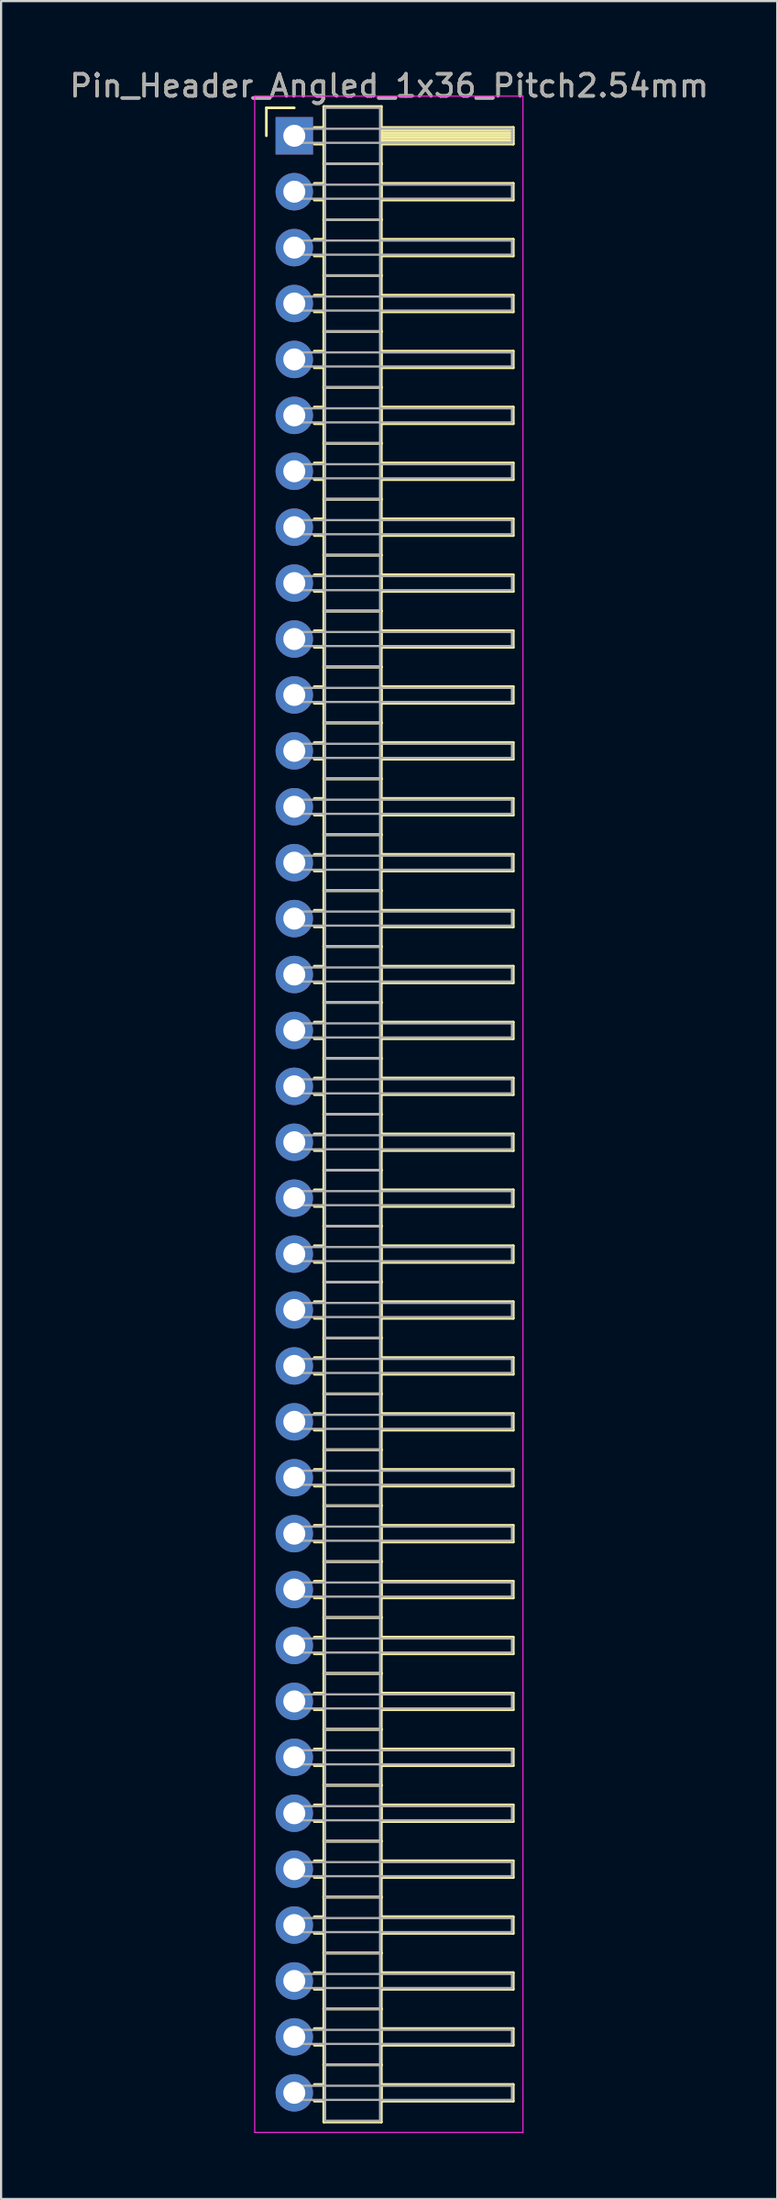
<source format=kicad_pcb>
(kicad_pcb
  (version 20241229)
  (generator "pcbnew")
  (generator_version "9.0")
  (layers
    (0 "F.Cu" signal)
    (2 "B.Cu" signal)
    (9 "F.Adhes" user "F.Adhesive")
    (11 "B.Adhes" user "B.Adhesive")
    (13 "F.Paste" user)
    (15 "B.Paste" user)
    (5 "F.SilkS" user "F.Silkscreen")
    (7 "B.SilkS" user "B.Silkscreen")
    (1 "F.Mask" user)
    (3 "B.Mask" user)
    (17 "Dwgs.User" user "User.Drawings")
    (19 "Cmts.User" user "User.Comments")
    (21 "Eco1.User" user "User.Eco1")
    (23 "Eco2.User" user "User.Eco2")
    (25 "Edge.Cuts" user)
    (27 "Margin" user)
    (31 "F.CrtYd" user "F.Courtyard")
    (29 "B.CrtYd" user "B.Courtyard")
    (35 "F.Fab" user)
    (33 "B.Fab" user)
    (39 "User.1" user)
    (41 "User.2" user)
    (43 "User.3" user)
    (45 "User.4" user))
  (footprint "Pin_Header_Angled_1x36_Pitch2.54mm"
    (layer "F.Cu")
    (at 10.334 3.118)
    (property "Reference" "Pin_Header_Angled_1x36_Pitch2.54mm" (at 4.315 -2.27 0) (layer "F.SilkS") (effects (font (size 1 1) (thickness 0.15))))
    (attr through_hole)
    (fp_line (start -1.27 -1.27) (end 0 -1.27) (stroke (width 0.12) (type solid)) (layer "F.SilkS"))
    (fp_line (start -1.27 0) (end -1.27 -1.27) (stroke (width 0.12) (type solid)) (layer "F.SilkS"))
    (fp_line (start 0.91 -0.38) (end 1.34 -0.38) (stroke (width 0.12) (type solid)) (layer "F.SilkS"))
    (fp_line (start 0.91 0.38) (end 1.34 0.38) (stroke (width 0.12) (type solid)) (layer "F.SilkS"))
    (fp_line (start 0.91 2.16) (end 1.34 2.16) (stroke (width 0.12) (type solid)) (layer "F.SilkS"))
    (fp_line (start 0.91 2.92) (end 1.34 2.92) (stroke (width 0.12) (type solid)) (layer "F.SilkS"))
    (fp_line (start 0.91 4.7) (end 1.34 4.7) (stroke (width 0.12) (type solid)) (layer "F.SilkS"))
    (fp_line (start 0.91 5.46) (end 1.34 5.46) (stroke (width 0.12) (type solid)) (layer "F.SilkS"))
    (fp_line (start 0.91 7.24) (end 1.34 7.24) (stroke (width 0.12) (type solid)) (layer "F.SilkS"))
    (fp_line (start 0.91 8) (end 1.34 8) (stroke (width 0.12) (type solid)) (layer "F.SilkS"))
    (fp_line (start 0.91 9.78) (end 1.34 9.78) (stroke (width 0.12) (type solid)) (layer "F.SilkS"))
    (fp_line (start 0.91 10.54) (end 1.34 10.54) (stroke (width 0.12) (type solid)) (layer "F.SilkS"))
    (fp_line (start 0.91 12.32) (end 1.34 12.32) (stroke (width 0.12) (type solid)) (layer "F.SilkS"))
    (fp_line (start 0.91 13.08) (end 1.34 13.08) (stroke (width 0.12) (type solid)) (layer "F.SilkS"))
    (fp_line (start 0.91 14.86) (end 1.34 14.86) (stroke (width 0.12) (type solid)) (layer "F.SilkS"))
    (fp_line (start 0.91 15.62) (end 1.34 15.62) (stroke (width 0.12) (type solid)) (layer "F.SilkS"))
    (fp_line (start 0.91 17.4) (end 1.34 17.4) (stroke (width 0.12) (type solid)) (layer "F.SilkS"))
    (fp_line (start 0.91 18.16) (end 1.34 18.16) (stroke (width 0.12) (type solid)) (layer "F.SilkS"))
    (fp_line (start 0.91 19.94) (end 1.34 19.94) (stroke (width 0.12) (type solid)) (layer "F.SilkS"))
    (fp_line (start 0.91 20.7) (end 1.34 20.7) (stroke (width 0.12) (type solid)) (layer "F.SilkS"))
    (fp_line (start 0.91 22.48) (end 1.34 22.48) (stroke (width 0.12) (type solid)) (layer "F.SilkS"))
    (fp_line (start 0.91 23.24) (end 1.34 23.24) (stroke (width 0.12) (type solid)) (layer "F.SilkS"))
    (fp_line (start 0.91 25.02) (end 1.34 25.02) (stroke (width 0.12) (type solid)) (layer "F.SilkS"))
    (fp_line (start 0.91 25.78) (end 1.34 25.78) (stroke (width 0.12) (type solid)) (layer "F.SilkS"))
    (fp_line (start 0.91 27.56) (end 1.34 27.56) (stroke (width 0.12) (type solid)) (layer "F.SilkS"))
    (fp_line (start 0.91 28.32) (end 1.34 28.32) (stroke (width 0.12) (type solid)) (layer "F.SilkS"))
    (fp_line (start 0.91 30.1) (end 1.34 30.1) (stroke (width 0.12) (type solid)) (layer "F.SilkS"))
    (fp_line (start 0.91 30.86) (end 1.34 30.86) (stroke (width 0.12) (type solid)) (layer "F.SilkS"))
    (fp_line (start 0.91 32.64) (end 1.34 32.64) (stroke (width 0.12) (type solid)) (layer "F.SilkS"))
    (fp_line (start 0.91 33.4) (end 1.34 33.4) (stroke (width 0.12) (type solid)) (layer "F.SilkS"))
    (fp_line (start 0.91 35.18) (end 1.34 35.18) (stroke (width 0.12) (type solid)) (layer "F.SilkS"))
    (fp_line (start 0.91 35.94) (end 1.34 35.94) (stroke (width 0.12) (type solid)) (layer "F.SilkS"))
    (fp_line (start 0.91 37.72) (end 1.34 37.72) (stroke (width 0.12) (type solid)) (layer "F.SilkS"))
    (fp_line (start 0.91 38.48) (end 1.34 38.48) (stroke (width 0.12) (type solid)) (layer "F.SilkS"))
    (fp_line (start 0.91 40.26) (end 1.34 40.26) (stroke (width 0.12) (type solid)) (layer "F.SilkS"))
    (fp_line (start 0.91 41.02) (end 1.34 41.02) (stroke (width 0.12) (type solid)) (layer "F.SilkS"))
    (fp_line (start 0.91 42.8) (end 1.34 42.8) (stroke (width 0.12) (type solid)) (layer "F.SilkS"))
    (fp_line (start 0.91 43.56) (end 1.34 43.56) (stroke (width 0.12) (type solid)) (layer "F.SilkS"))
    (fp_line (start 0.91 45.34) (end 1.34 45.34) (stroke (width 0.12) (type solid)) (layer "F.SilkS"))
    (fp_line (start 0.91 46.1) (end 1.34 46.1) (stroke (width 0.12) (type solid)) (layer "F.SilkS"))
    (fp_line (start 0.91 47.88) (end 1.34 47.88) (stroke (width 0.12) (type solid)) (layer "F.SilkS"))
    (fp_line (start 0.91 48.64) (end 1.34 48.64) (stroke (width 0.12) (type solid)) (layer "F.SilkS"))
    (fp_line (start 0.91 50.42) (end 1.34 50.42) (stroke (width 0.12) (type solid)) (layer "F.SilkS"))
    (fp_line (start 0.91 51.18) (end 1.34 51.18) (stroke (width 0.12) (type solid)) (layer "F.SilkS"))
    (fp_line (start 0.91 52.96) (end 1.34 52.96) (stroke (width 0.12) (type solid)) (layer "F.SilkS"))
    (fp_line (start 0.91 53.72) (end 1.34 53.72) (stroke (width 0.12) (type solid)) (layer "F.SilkS"))
    (fp_line (start 0.91 55.5) (end 1.34 55.5) (stroke (width 0.12) (type solid)) (layer "F.SilkS"))
    (fp_line (start 0.91 56.26) (end 1.34 56.26) (stroke (width 0.12) (type solid)) (layer "F.SilkS"))
    (fp_line (start 0.91 58.04) (end 1.34 58.04) (stroke (width 0.12) (type solid)) (layer "F.SilkS"))
    (fp_line (start 0.91 58.8) (end 1.34 58.8) (stroke (width 0.12) (type solid)) (layer "F.SilkS"))
    (fp_line (start 0.91 60.58) (end 1.34 60.58) (stroke (width 0.12) (type solid)) (layer "F.SilkS"))
    (fp_line (start 0.91 61.34) (end 1.34 61.34) (stroke (width 0.12) (type solid)) (layer "F.SilkS"))
    (fp_line (start 0.91 63.12) (end 1.34 63.12) (stroke (width 0.12) (type solid)) (layer "F.SilkS"))
    (fp_line (start 0.91 63.88) (end 1.34 63.88) (stroke (width 0.12) (type solid)) (layer "F.SilkS"))
    (fp_line (start 0.91 65.66) (end 1.34 65.66) (stroke (width 0.12) (type solid)) (layer "F.SilkS"))
    (fp_line (start 0.91 66.42) (end 1.34 66.42) (stroke (width 0.12) (type solid)) (layer "F.SilkS"))
    (fp_line (start 0.91 68.2) (end 1.34 68.2) (stroke (width 0.12) (type solid)) (layer "F.SilkS"))
    (fp_line (start 0.91 68.96) (end 1.34 68.96) (stroke (width 0.12) (type solid)) (layer "F.SilkS"))
    (fp_line (start 0.91 70.74) (end 1.34 70.74) (stroke (width 0.12) (type solid)) (layer "F.SilkS"))
    (fp_line (start 0.91 71.5) (end 1.34 71.5) (stroke (width 0.12) (type solid)) (layer "F.SilkS"))
    (fp_line (start 0.91 73.28) (end 1.34 73.28) (stroke (width 0.12) (type solid)) (layer "F.SilkS"))
    (fp_line (start 0.91 74.04) (end 1.34 74.04) (stroke (width 0.12) (type solid)) (layer "F.SilkS"))
    (fp_line (start 0.91 75.82) (end 1.34 75.82) (stroke (width 0.12) (type solid)) (layer "F.SilkS"))
    (fp_line (start 0.91 76.58) (end 1.34 76.58) (stroke (width 0.12) (type solid)) (layer "F.SilkS"))
    (fp_line (start 0.91 78.36) (end 1.34 78.36) (stroke (width 0.12) (type solid)) (layer "F.SilkS"))
    (fp_line (start 0.91 79.12) (end 1.34 79.12) (stroke (width 0.12) (type solid)) (layer "F.SilkS"))
    (fp_line (start 0.91 80.9) (end 1.34 80.9) (stroke (width 0.12) (type solid)) (layer "F.SilkS"))
    (fp_line (start 0.91 81.66) (end 1.34 81.66) (stroke (width 0.12) (type solid)) (layer "F.SilkS"))
    (fp_line (start 0.91 83.44) (end 1.34 83.44) (stroke (width 0.12) (type solid)) (layer "F.SilkS"))
    (fp_line (start 0.91 84.2) (end 1.34 84.2) (stroke (width 0.12) (type solid)) (layer "F.SilkS"))
    (fp_line (start 0.91 85.98) (end 1.34 85.98) (stroke (width 0.12) (type solid)) (layer "F.SilkS"))
    (fp_line (start 0.91 86.74) (end 1.34 86.74) (stroke (width 0.12) (type solid)) (layer "F.SilkS"))
    (fp_line (start 0.91 88.52) (end 1.34 88.52) (stroke (width 0.12) (type solid)) (layer "F.SilkS"))
    (fp_line (start 0.91 89.28) (end 1.34 89.28) (stroke (width 0.12) (type solid)) (layer "F.SilkS"))
    (fp_line (start 1.34 -1.33) (end 1.34 1.27) (stroke (width 0.12) (type solid)) (layer "F.SilkS"))
    (fp_line (start 1.34 1.27) (end 1.34 3.81) (stroke (width 0.12) (type solid)) (layer "F.SilkS"))
    (fp_line (start 1.34 1.27) (end 3.96 1.27) (stroke (width 0.12) (type solid)) (layer "F.SilkS"))
    (fp_line (start 1.34 3.81) (end 1.34 6.35) (stroke (width 0.12) (type solid)) (layer "F.SilkS"))
    (fp_line (start 1.34 3.81) (end 3.96 3.81) (stroke (width 0.12) (type solid)) (layer "F.SilkS"))
    (fp_line (start 1.34 6.35) (end 1.34 8.89) (stroke (width 0.12) (type solid)) (layer "F.SilkS"))
    (fp_line (start 1.34 6.35) (end 3.96 6.35) (stroke (width 0.12) (type solid)) (layer "F.SilkS"))
    (fp_line (start 1.34 8.89) (end 1.34 11.43) (stroke (width 0.12) (type solid)) (layer "F.SilkS"))
    (fp_line (start 1.34 8.89) (end 3.96 8.89) (stroke (width 0.12) (type solid)) (layer "F.SilkS"))
    (fp_line (start 1.34 11.43) (end 1.34 13.97) (stroke (width 0.12) (type solid)) (layer "F.SilkS"))
    (fp_line (start 1.34 11.43) (end 3.96 11.43) (stroke (width 0.12) (type solid)) (layer "F.SilkS"))
    (fp_line (start 1.34 13.97) (end 1.34 16.51) (stroke (width 0.12) (type solid)) (layer "F.SilkS"))
    (fp_line (start 1.34 13.97) (end 3.96 13.97) (stroke (width 0.12) (type solid)) (layer "F.SilkS"))
    (fp_line (start 1.34 16.51) (end 1.34 19.05) (stroke (width 0.12) (type solid)) (layer "F.SilkS"))
    (fp_line (start 1.34 16.51) (end 3.96 16.51) (stroke (width 0.12) (type solid)) (layer "F.SilkS"))
    (fp_line (start 1.34 19.05) (end 1.34 21.59) (stroke (width 0.12) (type solid)) (layer "F.SilkS"))
    (fp_line (start 1.34 19.05) (end 3.96 19.05) (stroke (width 0.12) (type solid)) (layer "F.SilkS"))
    (fp_line (start 1.34 21.59) (end 1.34 24.13) (stroke (width 0.12) (type solid)) (layer "F.SilkS"))
    (fp_line (start 1.34 21.59) (end 3.96 21.59) (stroke (width 0.12) (type solid)) (layer "F.SilkS"))
    (fp_line (start 1.34 24.13) (end 1.34 26.67) (stroke (width 0.12) (type solid)) (layer "F.SilkS"))
    (fp_line (start 1.34 24.13) (end 3.96 24.13) (stroke (width 0.12) (type solid)) (layer "F.SilkS"))
    (fp_line (start 1.34 26.67) (end 1.34 29.21) (stroke (width 0.12) (type solid)) (layer "F.SilkS"))
    (fp_line (start 1.34 26.67) (end 3.96 26.67) (stroke (width 0.12) (type solid)) (layer "F.SilkS"))
    (fp_line (start 1.34 29.21) (end 1.34 31.75) (stroke (width 0.12) (type solid)) (layer "F.SilkS"))
    (fp_line (start 1.34 29.21) (end 3.96 29.21) (stroke (width 0.12) (type solid)) (layer "F.SilkS"))
    (fp_line (start 1.34 31.75) (end 1.34 34.29) (stroke (width 0.12) (type solid)) (layer "F.SilkS"))
    (fp_line (start 1.34 31.75) (end 3.96 31.75) (stroke (width 0.12) (type solid)) (layer "F.SilkS"))
    (fp_line (start 1.34 34.29) (end 1.34 36.83) (stroke (width 0.12) (type solid)) (layer "F.SilkS"))
    (fp_line (start 1.34 34.29) (end 3.96 34.29) (stroke (width 0.12) (type solid)) (layer "F.SilkS"))
    (fp_line (start 1.34 36.83) (end 1.34 39.37) (stroke (width 0.12) (type solid)) (layer "F.SilkS"))
    (fp_line (start 1.34 36.83) (end 3.96 36.83) (stroke (width 0.12) (type solid)) (layer "F.SilkS"))
    (fp_line (start 1.34 39.37) (end 1.34 41.91) (stroke (width 0.12) (type solid)) (layer "F.SilkS"))
    (fp_line (start 1.34 39.37) (end 3.96 39.37) (stroke (width 0.12) (type solid)) (layer "F.SilkS"))
    (fp_line (start 1.34 41.91) (end 1.34 44.45) (stroke (width 0.12) (type solid)) (layer "F.SilkS"))
    (fp_line (start 1.34 41.91) (end 3.96 41.91) (stroke (width 0.12) (type solid)) (layer "F.SilkS"))
    (fp_line (start 1.34 44.45) (end 1.34 46.99) (stroke (width 0.12) (type solid)) (layer "F.SilkS"))
    (fp_line (start 1.34 44.45) (end 3.96 44.45) (stroke (width 0.12) (type solid)) (layer "F.SilkS"))
    (fp_line (start 1.34 46.99) (end 1.34 49.53) (stroke (width 0.12) (type solid)) (layer "F.SilkS"))
    (fp_line (start 1.34 46.99) (end 3.96 46.99) (stroke (width 0.12) (type solid)) (layer "F.SilkS"))
    (fp_line (start 1.34 49.53) (end 1.34 52.07) (stroke (width 0.12) (type solid)) (layer "F.SilkS"))
    (fp_line (start 1.34 49.53) (end 3.96 49.53) (stroke (width 0.12) (type solid)) (layer "F.SilkS"))
    (fp_line (start 1.34 52.07) (end 1.34 54.61) (stroke (width 0.12) (type solid)) (layer "F.SilkS"))
    (fp_line (start 1.34 52.07) (end 3.96 52.07) (stroke (width 0.12) (type solid)) (layer "F.SilkS"))
    (fp_line (start 1.34 54.61) (end 1.34 57.15) (stroke (width 0.12) (type solid)) (layer "F.SilkS"))
    (fp_line (start 1.34 54.61) (end 3.96 54.61) (stroke (width 0.12) (type solid)) (layer "F.SilkS"))
    (fp_line (start 1.34 57.15) (end 1.34 59.69) (stroke (width 0.12) (type solid)) (layer "F.SilkS"))
    (fp_line (start 1.34 57.15) (end 3.96 57.15) (stroke (width 0.12) (type solid)) (layer "F.SilkS"))
    (fp_line (start 1.34 59.69) (end 1.34 62.23) (stroke (width 0.12) (type solid)) (layer "F.SilkS"))
    (fp_line (start 1.34 59.69) (end 3.96 59.69) (stroke (width 0.12) (type solid)) (layer "F.SilkS"))
    (fp_line (start 1.34 62.23) (end 1.34 64.77) (stroke (width 0.12) (type solid)) (layer "F.SilkS"))
    (fp_line (start 1.34 62.23) (end 3.96 62.23) (stroke (width 0.12) (type solid)) (layer "F.SilkS"))
    (fp_line (start 1.34 64.77) (end 1.34 67.31) (stroke (width 0.12) (type solid)) (layer "F.SilkS"))
    (fp_line (start 1.34 64.77) (end 3.96 64.77) (stroke (width 0.12) (type solid)) (layer "F.SilkS"))
    (fp_line (start 1.34 67.31) (end 1.34 69.85) (stroke (width 0.12) (type solid)) (layer "F.SilkS"))
    (fp_line (start 1.34 67.31) (end 3.96 67.31) (stroke (width 0.12) (type solid)) (layer "F.SilkS"))
    (fp_line (start 1.34 69.85) (end 1.34 72.39) (stroke (width 0.12) (type solid)) (layer "F.SilkS"))
    (fp_line (start 1.34 69.85) (end 3.96 69.85) (stroke (width 0.12) (type solid)) (layer "F.SilkS"))
    (fp_line (start 1.34 72.39) (end 1.34 74.93) (stroke (width 0.12) (type solid)) (layer "F.SilkS"))
    (fp_line (start 1.34 72.39) (end 3.96 72.39) (stroke (width 0.12) (type solid)) (layer "F.SilkS"))
    (fp_line (start 1.34 74.93) (end 1.34 77.47) (stroke (width 0.12) (type solid)) (layer "F.SilkS"))
    (fp_line (start 1.34 74.93) (end 3.96 74.93) (stroke (width 0.12) (type solid)) (layer "F.SilkS"))
    (fp_line (start 1.34 77.47) (end 1.34 80.01) (stroke (width 0.12) (type solid)) (layer "F.SilkS"))
    (fp_line (start 1.34 77.47) (end 3.96 77.47) (stroke (width 0.12) (type solid)) (layer "F.SilkS"))
    (fp_line (start 1.34 80.01) (end 1.34 82.55) (stroke (width 0.12) (type solid)) (layer "F.SilkS"))
    (fp_line (start 1.34 80.01) (end 3.96 80.01) (stroke (width 0.12) (type solid)) (layer "F.SilkS"))
    (fp_line (start 1.34 82.55) (end 1.34 85.09) (stroke (width 0.12) (type solid)) (layer "F.SilkS"))
    (fp_line (start 1.34 82.55) (end 3.96 82.55) (stroke (width 0.12) (type solid)) (layer "F.SilkS"))
    (fp_line (start 1.34 85.09) (end 1.34 87.63) (stroke (width 0.12) (type solid)) (layer "F.SilkS"))
    (fp_line (start 1.34 85.09) (end 3.96 85.09) (stroke (width 0.12) (type solid)) (layer "F.SilkS"))
    (fp_line (start 1.34 87.63) (end 1.34 90.23) (stroke (width 0.12) (type solid)) (layer "F.SilkS"))
    (fp_line (start 1.34 87.63) (end 3.96 87.63) (stroke (width 0.12) (type solid)) (layer "F.SilkS"))
    (fp_line (start 1.34 90.23) (end 3.96 90.23) (stroke (width 0.12) (type solid)) (layer "F.SilkS"))
    (fp_line (start 3.96 -1.33) (end 1.34 -1.33) (stroke (width 0.12) (type solid)) (layer "F.SilkS"))
    (fp_line (start 3.96 -0.38) (end 3.96 0.38) (stroke (width 0.12) (type solid)) (layer "F.SilkS"))
    (fp_line (start 3.96 -0.26) (end 9.96 -0.26) (stroke (width 0.12) (type solid)) (layer "F.SilkS"))
    (fp_line (start 3.96 -0.14) (end 9.96 -0.14) (stroke (width 0.12) (type solid)) (layer "F.SilkS"))
    (fp_line (start 3.96 -0.02) (end 9.96 -0.02) (stroke (width 0.12) (type solid)) (layer "F.SilkS"))
    (fp_line (start 3.96 0.1) (end 9.96 0.1) (stroke (width 0.12) (type solid)) (layer "F.SilkS"))
    (fp_line (start 3.96 0.22) (end 9.96 0.22) (stroke (width 0.12) (type solid)) (layer "F.SilkS"))
    (fp_line (start 3.96 0.34) (end 9.96 0.34) (stroke (width 0.12) (type solid)) (layer "F.SilkS"))
    (fp_line (start 3.96 0.38) (end 9.96 0.38) (stroke (width 0.12) (type solid)) (layer "F.SilkS"))
    (fp_line (start 3.96 1.27) (end 1.34 1.27) (stroke (width 0.12) (type solid)) (layer "F.SilkS"))
    (fp_line (start 3.96 1.27) (end 3.96 -1.33) (stroke (width 0.12) (type solid)) (layer "F.SilkS"))
    (fp_line (start 3.96 2.16) (end 3.96 2.92) (stroke (width 0.12) (type solid)) (layer "F.SilkS"))
    (fp_line (start 3.96 2.92) (end 9.96 2.92) (stroke (width 0.12) (type solid)) (layer "F.SilkS"))
    (fp_line (start 3.96 3.81) (end 1.34 3.81) (stroke (width 0.12) (type solid)) (layer "F.SilkS"))
    (fp_line (start 3.96 3.81) (end 3.96 1.27) (stroke (width 0.12) (type solid)) (layer "F.SilkS"))
    (fp_line (start 3.96 4.7) (end 3.96 5.46) (stroke (width 0.12) (type solid)) (layer "F.SilkS"))
    (fp_line (start 3.96 5.46) (end 9.96 5.46) (stroke (width 0.12) (type solid)) (layer "F.SilkS"))
    (fp_line (start 3.96 6.35) (end 1.34 6.35) (stroke (width 0.12) (type solid)) (layer "F.SilkS"))
    (fp_line (start 3.96 6.35) (end 3.96 3.81) (stroke (width 0.12) (type solid)) (layer "F.SilkS"))
    (fp_line (start 3.96 7.24) (end 3.96 8) (stroke (width 0.12) (type solid)) (layer "F.SilkS"))
    (fp_line (start 3.96 8) (end 9.96 8) (stroke (width 0.12) (type solid)) (layer "F.SilkS"))
    (fp_line (start 3.96 8.89) (end 1.34 8.89) (stroke (width 0.12) (type solid)) (layer "F.SilkS"))
    (fp_line (start 3.96 8.89) (end 3.96 6.35) (stroke (width 0.12) (type solid)) (layer "F.SilkS"))
    (fp_line (start 3.96 9.78) (end 3.96 10.54) (stroke (width 0.12) (type solid)) (layer "F.SilkS"))
    (fp_line (start 3.96 10.54) (end 9.96 10.54) (stroke (width 0.12) (type solid)) (layer "F.SilkS"))
    (fp_line (start 3.96 11.43) (end 1.34 11.43) (stroke (width 0.12) (type solid)) (layer "F.SilkS"))
    (fp_line (start 3.96 11.43) (end 3.96 8.89) (stroke (width 0.12) (type solid)) (layer "F.SilkS"))
    (fp_line (start 3.96 12.32) (end 3.96 13.08) (stroke (width 0.12) (type solid)) (layer "F.SilkS"))
    (fp_line (start 3.96 13.08) (end 9.96 13.08) (stroke (width 0.12) (type solid)) (layer "F.SilkS"))
    (fp_line (start 3.96 13.97) (end 1.34 13.97) (stroke (width 0.12) (type solid)) (layer "F.SilkS"))
    (fp_line (start 3.96 13.97) (end 3.96 11.43) (stroke (width 0.12) (type solid)) (layer "F.SilkS"))
    (fp_line (start 3.96 14.86) (end 3.96 15.62) (stroke (width 0.12) (type solid)) (layer "F.SilkS"))
    (fp_line (start 3.96 15.62) (end 9.96 15.62) (stroke (width 0.12) (type solid)) (layer "F.SilkS"))
    (fp_line (start 3.96 16.51) (end 1.34 16.51) (stroke (width 0.12) (type solid)) (layer "F.SilkS"))
    (fp_line (start 3.96 16.51) (end 3.96 13.97) (stroke (width 0.12) (type solid)) (layer "F.SilkS"))
    (fp_line (start 3.96 17.4) (end 3.96 18.16) (stroke (width 0.12) (type solid)) (layer "F.SilkS"))
    (fp_line (start 3.96 18.16) (end 9.96 18.16) (stroke (width 0.12) (type solid)) (layer "F.SilkS"))
    (fp_line (start 3.96 19.05) (end 1.34 19.05) (stroke (width 0.12) (type solid)) (layer "F.SilkS"))
    (fp_line (start 3.96 19.05) (end 3.96 16.51) (stroke (width 0.12) (type solid)) (layer "F.SilkS"))
    (fp_line (start 3.96 19.94) (end 3.96 20.7) (stroke (width 0.12) (type solid)) (layer "F.SilkS"))
    (fp_line (start 3.96 20.7) (end 9.96 20.7) (stroke (width 0.12) (type solid)) (layer "F.SilkS"))
    (fp_line (start 3.96 21.59) (end 1.34 21.59) (stroke (width 0.12) (type solid)) (layer "F.SilkS"))
    (fp_line (start 3.96 21.59) (end 3.96 19.05) (stroke (width 0.12) (type solid)) (layer "F.SilkS"))
    (fp_line (start 3.96 22.48) (end 3.96 23.24) (stroke (width 0.12) (type solid)) (layer "F.SilkS"))
    (fp_line (start 3.96 23.24) (end 9.96 23.24) (stroke (width 0.12) (type solid)) (layer "F.SilkS"))
    (fp_line (start 3.96 24.13) (end 1.34 24.13) (stroke (width 0.12) (type solid)) (layer "F.SilkS"))
    (fp_line (start 3.96 24.13) (end 3.96 21.59) (stroke (width 0.12) (type solid)) (layer "F.SilkS"))
    (fp_line (start 3.96 25.02) (end 3.96 25.78) (stroke (width 0.12) (type solid)) (layer "F.SilkS"))
    (fp_line (start 3.96 25.78) (end 9.96 25.78) (stroke (width 0.12) (type solid)) (layer "F.SilkS"))
    (fp_line (start 3.96 26.67) (end 1.34 26.67) (stroke (width 0.12) (type solid)) (layer "F.SilkS"))
    (fp_line (start 3.96 26.67) (end 3.96 24.13) (stroke (width 0.12) (type solid)) (layer "F.SilkS"))
    (fp_line (start 3.96 27.56) (end 3.96 28.32) (stroke (width 0.12) (type solid)) (layer "F.SilkS"))
    (fp_line (start 3.96 28.32) (end 9.96 28.32) (stroke (width 0.12) (type solid)) (layer "F.SilkS"))
    (fp_line (start 3.96 29.21) (end 1.34 29.21) (stroke (width 0.12) (type solid)) (layer "F.SilkS"))
    (fp_line (start 3.96 29.21) (end 3.96 26.67) (stroke (width 0.12) (type solid)) (layer "F.SilkS"))
    (fp_line (start 3.96 30.1) (end 3.96 30.86) (stroke (width 0.12) (type solid)) (layer "F.SilkS"))
    (fp_line (start 3.96 30.86) (end 9.96 30.86) (stroke (width 0.12) (type solid)) (layer "F.SilkS"))
    (fp_line (start 3.96 31.75) (end 1.34 31.75) (stroke (width 0.12) (type solid)) (layer "F.SilkS"))
    (fp_line (start 3.96 31.75) (end 3.96 29.21) (stroke (width 0.12) (type solid)) (layer "F.SilkS"))
    (fp_line (start 3.96 32.64) (end 3.96 33.4) (stroke (width 0.12) (type solid)) (layer "F.SilkS"))
    (fp_line (start 3.96 33.4) (end 9.96 33.4) (stroke (width 0.12) (type solid)) (layer "F.SilkS"))
    (fp_line (start 3.96 34.29) (end 1.34 34.29) (stroke (width 0.12) (type solid)) (layer "F.SilkS"))
    (fp_line (start 3.96 34.29) (end 3.96 31.75) (stroke (width 0.12) (type solid)) (layer "F.SilkS"))
    (fp_line (start 3.96 35.18) (end 3.96 35.94) (stroke (width 0.12) (type solid)) (layer "F.SilkS"))
    (fp_line (start 3.96 35.94) (end 9.96 35.94) (stroke (width 0.12) (type solid)) (layer "F.SilkS"))
    (fp_line (start 3.96 36.83) (end 1.34 36.83) (stroke (width 0.12) (type solid)) (layer "F.SilkS"))
    (fp_line (start 3.96 36.83) (end 3.96 34.29) (stroke (width 0.12) (type solid)) (layer "F.SilkS"))
    (fp_line (start 3.96 37.72) (end 3.96 38.48) (stroke (width 0.12) (type solid)) (layer "F.SilkS"))
    (fp_line (start 3.96 38.48) (end 9.96 38.48) (stroke (width 0.12) (type solid)) (layer "F.SilkS"))
    (fp_line (start 3.96 39.37) (end 1.34 39.37) (stroke (width 0.12) (type solid)) (layer "F.SilkS"))
    (fp_line (start 3.96 39.37) (end 3.96 36.83) (stroke (width 0.12) (type solid)) (layer "F.SilkS"))
    (fp_line (start 3.96 40.26) (end 3.96 41.02) (stroke (width 0.12) (type solid)) (layer "F.SilkS"))
    (fp_line (start 3.96 41.02) (end 9.96 41.02) (stroke (width 0.12) (type solid)) (layer "F.SilkS"))
    (fp_line (start 3.96 41.91) (end 1.34 41.91) (stroke (width 0.12) (type solid)) (layer "F.SilkS"))
    (fp_line (start 3.96 41.91) (end 3.96 39.37) (stroke (width 0.12) (type solid)) (layer "F.SilkS"))
    (fp_line (start 3.96 42.8) (end 3.96 43.56) (stroke (width 0.12) (type solid)) (layer "F.SilkS"))
    (fp_line (start 3.96 43.56) (end 9.96 43.56) (stroke (width 0.12) (type solid)) (layer "F.SilkS"))
    (fp_line (start 3.96 44.45) (end 1.34 44.45) (stroke (width 0.12) (type solid)) (layer "F.SilkS"))
    (fp_line (start 3.96 44.45) (end 3.96 41.91) (stroke (width 0.12) (type solid)) (layer "F.SilkS"))
    (fp_line (start 3.96 45.34) (end 3.96 46.1) (stroke (width 0.12) (type solid)) (layer "F.SilkS"))
    (fp_line (start 3.96 46.1) (end 9.96 46.1) (stroke (width 0.12) (type solid)) (layer "F.SilkS"))
    (fp_line (start 3.96 46.99) (end 1.34 46.99) (stroke (width 0.12) (type solid)) (layer "F.SilkS"))
    (fp_line (start 3.96 46.99) (end 3.96 44.45) (stroke (width 0.12) (type solid)) (layer "F.SilkS"))
    (fp_line (start 3.96 47.88) (end 3.96 48.64) (stroke (width 0.12) (type solid)) (layer "F.SilkS"))
    (fp_line (start 3.96 48.64) (end 9.96 48.64) (stroke (width 0.12) (type solid)) (layer "F.SilkS"))
    (fp_line (start 3.96 49.53) (end 1.34 49.53) (stroke (width 0.12) (type solid)) (layer "F.SilkS"))
    (fp_line (start 3.96 49.53) (end 3.96 46.99) (stroke (width 0.12) (type solid)) (layer "F.SilkS"))
    (fp_line (start 3.96 50.42) (end 3.96 51.18) (stroke (width 0.12) (type solid)) (layer "F.SilkS"))
    (fp_line (start 3.96 51.18) (end 9.96 51.18) (stroke (width 0.12) (type solid)) (layer "F.SilkS"))
    (fp_line (start 3.96 52.07) (end 1.34 52.07) (stroke (width 0.12) (type solid)) (layer "F.SilkS"))
    (fp_line (start 3.96 52.07) (end 3.96 49.53) (stroke (width 0.12) (type solid)) (layer "F.SilkS"))
    (fp_line (start 3.96 52.96) (end 3.96 53.72) (stroke (width 0.12) (type solid)) (layer "F.SilkS"))
    (fp_line (start 3.96 53.72) (end 9.96 53.72) (stroke (width 0.12) (type solid)) (layer "F.SilkS"))
    (fp_line (start 3.96 54.61) (end 1.34 54.61) (stroke (width 0.12) (type solid)) (layer "F.SilkS"))
    (fp_line (start 3.96 54.61) (end 3.96 52.07) (stroke (width 0.12) (type solid)) (layer "F.SilkS"))
    (fp_line (start 3.96 55.5) (end 3.96 56.26) (stroke (width 0.12) (type solid)) (layer "F.SilkS"))
    (fp_line (start 3.96 56.26) (end 9.96 56.26) (stroke (width 0.12) (type solid)) (layer "F.SilkS"))
    (fp_line (start 3.96 57.15) (end 1.34 57.15) (stroke (width 0.12) (type solid)) (layer "F.SilkS"))
    (fp_line (start 3.96 57.15) (end 3.96 54.61) (stroke (width 0.12) (type solid)) (layer "F.SilkS"))
    (fp_line (start 3.96 58.04) (end 3.96 58.8) (stroke (width 0.12) (type solid)) (layer "F.SilkS"))
    (fp_line (start 3.96 58.8) (end 9.96 58.8) (stroke (width 0.12) (type solid)) (layer "F.SilkS"))
    (fp_line (start 3.96 59.69) (end 1.34 59.69) (stroke (width 0.12) (type solid)) (layer "F.SilkS"))
    (fp_line (start 3.96 59.69) (end 3.96 57.15) (stroke (width 0.12) (type solid)) (layer "F.SilkS"))
    (fp_line (start 3.96 60.58) (end 3.96 61.34) (stroke (width 0.12) (type solid)) (layer "F.SilkS"))
    (fp_line (start 3.96 61.34) (end 9.96 61.34) (stroke (width 0.12) (type solid)) (layer "F.SilkS"))
    (fp_line (start 3.96 62.23) (end 1.34 62.23) (stroke (width 0.12) (type solid)) (layer "F.SilkS"))
    (fp_line (start 3.96 62.23) (end 3.96 59.69) (stroke (width 0.12) (type solid)) (layer "F.SilkS"))
    (fp_line (start 3.96 63.12) (end 3.96 63.88) (stroke (width 0.12) (type solid)) (layer "F.SilkS"))
    (fp_line (start 3.96 63.88) (end 9.96 63.88) (stroke (width 0.12) (type solid)) (layer "F.SilkS"))
    (fp_line (start 3.96 64.77) (end 1.34 64.77) (stroke (width 0.12) (type solid)) (layer "F.SilkS"))
    (fp_line (start 3.96 64.77) (end 3.96 62.23) (stroke (width 0.12) (type solid)) (layer "F.SilkS"))
    (fp_line (start 3.96 65.66) (end 3.96 66.42) (stroke (width 0.12) (type solid)) (layer "F.SilkS"))
    (fp_line (start 3.96 66.42) (end 9.96 66.42) (stroke (width 0.12) (type solid)) (layer "F.SilkS"))
    (fp_line (start 3.96 67.31) (end 1.34 67.31) (stroke (width 0.12) (type solid)) (layer "F.SilkS"))
    (fp_line (start 3.96 67.31) (end 3.96 64.77) (stroke (width 0.12) (type solid)) (layer "F.SilkS"))
    (fp_line (start 3.96 68.2) (end 3.96 68.96) (stroke (width 0.12) (type solid)) (layer "F.SilkS"))
    (fp_line (start 3.96 68.96) (end 9.96 68.96) (stroke (width 0.12) (type solid)) (layer "F.SilkS"))
    (fp_line (start 3.96 69.85) (end 1.34 69.85) (stroke (width 0.12) (type solid)) (layer "F.SilkS"))
    (fp_line (start 3.96 69.85) (end 3.96 67.31) (stroke (width 0.12) (type solid)) (layer "F.SilkS"))
    (fp_line (start 3.96 70.74) (end 3.96 71.5) (stroke (width 0.12) (type solid)) (layer "F.SilkS"))
    (fp_line (start 3.96 71.5) (end 9.96 71.5) (stroke (width 0.12) (type solid)) (layer "F.SilkS"))
    (fp_line (start 3.96 72.39) (end 1.34 72.39) (stroke (width 0.12) (type solid)) (layer "F.SilkS"))
    (fp_line (start 3.96 72.39) (end 3.96 69.85) (stroke (width 0.12) (type solid)) (layer "F.SilkS"))
    (fp_line (start 3.96 73.28) (end 3.96 74.04) (stroke (width 0.12) (type solid)) (layer "F.SilkS"))
    (fp_line (start 3.96 74.04) (end 9.96 74.04) (stroke (width 0.12) (type solid)) (layer "F.SilkS"))
    (fp_line (start 3.96 74.93) (end 1.34 74.93) (stroke (width 0.12) (type solid)) (layer "F.SilkS"))
    (fp_line (start 3.96 74.93) (end 3.96 72.39) (stroke (width 0.12) (type solid)) (layer "F.SilkS"))
    (fp_line (start 3.96 75.82) (end 3.96 76.58) (stroke (width 0.12) (type solid)) (layer "F.SilkS"))
    (fp_line (start 3.96 76.58) (end 9.96 76.58) (stroke (width 0.12) (type solid)) (layer "F.SilkS"))
    (fp_line (start 3.96 77.47) (end 1.34 77.47) (stroke (width 0.12) (type solid)) (layer "F.SilkS"))
    (fp_line (start 3.96 77.47) (end 3.96 74.93) (stroke (width 0.12) (type solid)) (layer "F.SilkS"))
    (fp_line (start 3.96 78.36) (end 3.96 79.12) (stroke (width 0.12) (type solid)) (layer "F.SilkS"))
    (fp_line (start 3.96 79.12) (end 9.96 79.12) (stroke (width 0.12) (type solid)) (layer "F.SilkS"))
    (fp_line (start 3.96 80.01) (end 1.34 80.01) (stroke (width 0.12) (type solid)) (layer "F.SilkS"))
    (fp_line (start 3.96 80.01) (end 3.96 77.47) (stroke (width 0.12) (type solid)) (layer "F.SilkS"))
    (fp_line (start 3.96 80.9) (end 3.96 81.66) (stroke (width 0.12) (type solid)) (layer "F.SilkS"))
    (fp_line (start 3.96 81.66) (end 9.96 81.66) (stroke (width 0.12) (type solid)) (layer "F.SilkS"))
    (fp_line (start 3.96 82.55) (end 1.34 82.55) (stroke (width 0.12) (type solid)) (layer "F.SilkS"))
    (fp_line (start 3.96 82.55) (end 3.96 80.01) (stroke (width 0.12) (type solid)) (layer "F.SilkS"))
    (fp_line (start 3.96 83.44) (end 3.96 84.2) (stroke (width 0.12) (type solid)) (layer "F.SilkS"))
    (fp_line (start 3.96 84.2) (end 9.96 84.2) (stroke (width 0.12) (type solid)) (layer "F.SilkS"))
    (fp_line (start 3.96 85.09) (end 1.34 85.09) (stroke (width 0.12) (type solid)) (layer "F.SilkS"))
    (fp_line (start 3.96 85.09) (end 3.96 82.55) (stroke (width 0.12) (type solid)) (layer "F.SilkS"))
    (fp_line (start 3.96 85.98) (end 3.96 86.74) (stroke (width 0.12) (type solid)) (layer "F.SilkS"))
    (fp_line (start 3.96 86.74) (end 9.96 86.74) (stroke (width 0.12) (type solid)) (layer "F.SilkS"))
    (fp_line (start 3.96 87.63) (end 1.34 87.63) (stroke (width 0.12) (type solid)) (layer "F.SilkS"))
    (fp_line (start 3.96 87.63) (end 3.96 85.09) (stroke (width 0.12) (type solid)) (layer "F.SilkS"))
    (fp_line (start 3.96 88.52) (end 3.96 89.28) (stroke (width 0.12) (type solid)) (layer "F.SilkS"))
    (fp_line (start 3.96 89.28) (end 9.96 89.28) (stroke (width 0.12) (type solid)) (layer "F.SilkS"))
    (fp_line (start 3.96 90.23) (end 3.96 87.63) (stroke (width 0.12) (type solid)) (layer "F.SilkS"))
    (fp_line (start 9.96 -0.38) (end 3.96 -0.38) (stroke (width 0.12) (type solid)) (layer "F.SilkS"))
    (fp_line (start 9.96 0.38) (end 9.96 -0.38) (stroke (width 0.12) (type solid)) (layer "F.SilkS"))
    (fp_line (start 9.96 2.16) (end 3.96 2.16) (stroke (width 0.12) (type solid)) (layer "F.SilkS"))
    (fp_line (start 9.96 2.92) (end 9.96 2.16) (stroke (width 0.12) (type solid)) (layer "F.SilkS"))
    (fp_line (start 9.96 4.7) (end 3.96 4.7) (stroke (width 0.12) (type solid)) (layer "F.SilkS"))
    (fp_line (start 9.96 5.46) (end 9.96 4.7) (stroke (width 0.12) (type solid)) (layer "F.SilkS"))
    (fp_line (start 9.96 7.24) (end 3.96 7.24) (stroke (width 0.12) (type solid)) (layer "F.SilkS"))
    (fp_line (start 9.96 8) (end 9.96 7.24) (stroke (width 0.12) (type solid)) (layer "F.SilkS"))
    (fp_line (start 9.96 9.78) (end 3.96 9.78) (stroke (width 0.12) (type solid)) (layer "F.SilkS"))
    (fp_line (start 9.96 10.54) (end 9.96 9.78) (stroke (width 0.12) (type solid)) (layer "F.SilkS"))
    (fp_line (start 9.96 12.32) (end 3.96 12.32) (stroke (width 0.12) (type solid)) (layer "F.SilkS"))
    (fp_line (start 9.96 13.08) (end 9.96 12.32) (stroke (width 0.12) (type solid)) (layer "F.SilkS"))
    (fp_line (start 9.96 14.86) (end 3.96 14.86) (stroke (width 0.12) (type solid)) (layer "F.SilkS"))
    (fp_line (start 9.96 15.62) (end 9.96 14.86) (stroke (width 0.12) (type solid)) (layer "F.SilkS"))
    (fp_line (start 9.96 17.4) (end 3.96 17.4) (stroke (width 0.12) (type solid)) (layer "F.SilkS"))
    (fp_line (start 9.96 18.16) (end 9.96 17.4) (stroke (width 0.12) (type solid)) (layer "F.SilkS"))
    (fp_line (start 9.96 19.94) (end 3.96 19.94) (stroke (width 0.12) (type solid)) (layer "F.SilkS"))
    (fp_line (start 9.96 20.7) (end 9.96 19.94) (stroke (width 0.12) (type solid)) (layer "F.SilkS"))
    (fp_line (start 9.96 22.48) (end 3.96 22.48) (stroke (width 0.12) (type solid)) (layer "F.SilkS"))
    (fp_line (start 9.96 23.24) (end 9.96 22.48) (stroke (width 0.12) (type solid)) (layer "F.SilkS"))
    (fp_line (start 9.96 25.02) (end 3.96 25.02) (stroke (width 0.12) (type solid)) (layer "F.SilkS"))
    (fp_line (start 9.96 25.78) (end 9.96 25.02) (stroke (width 0.12) (type solid)) (layer "F.SilkS"))
    (fp_line (start 9.96 27.56) (end 3.96 27.56) (stroke (width 0.12) (type solid)) (layer "F.SilkS"))
    (fp_line (start 9.96 28.32) (end 9.96 27.56) (stroke (width 0.12) (type solid)) (layer "F.SilkS"))
    (fp_line (start 9.96 30.1) (end 3.96 30.1) (stroke (width 0.12) (type solid)) (layer "F.SilkS"))
    (fp_line (start 9.96 30.86) (end 9.96 30.1) (stroke (width 0.12) (type solid)) (layer "F.SilkS"))
    (fp_line (start 9.96 32.64) (end 3.96 32.64) (stroke (width 0.12) (type solid)) (layer "F.SilkS"))
    (fp_line (start 9.96 33.4) (end 9.96 32.64) (stroke (width 0.12) (type solid)) (layer "F.SilkS"))
    (fp_line (start 9.96 35.18) (end 3.96 35.18) (stroke (width 0.12) (type solid)) (layer "F.SilkS"))
    (fp_line (start 9.96 35.94) (end 9.96 35.18) (stroke (width 0.12) (type solid)) (layer "F.SilkS"))
    (fp_line (start 9.96 37.72) (end 3.96 37.72) (stroke (width 0.12) (type solid)) (layer "F.SilkS"))
    (fp_line (start 9.96 38.48) (end 9.96 37.72) (stroke (width 0.12) (type solid)) (layer "F.SilkS"))
    (fp_line (start 9.96 40.26) (end 3.96 40.26) (stroke (width 0.12) (type solid)) (layer "F.SilkS"))
    (fp_line (start 9.96 41.02) (end 9.96 40.26) (stroke (width 0.12) (type solid)) (layer "F.SilkS"))
    (fp_line (start 9.96 42.8) (end 3.96 42.8) (stroke (width 0.12) (type solid)) (layer "F.SilkS"))
    (fp_line (start 9.96 43.56) (end 9.96 42.8) (stroke (width 0.12) (type solid)) (layer "F.SilkS"))
    (fp_line (start 9.96 45.34) (end 3.96 45.34) (stroke (width 0.12) (type solid)) (layer "F.SilkS"))
    (fp_line (start 9.96 46.1) (end 9.96 45.34) (stroke (width 0.12) (type solid)) (layer "F.SilkS"))
    (fp_line (start 9.96 47.88) (end 3.96 47.88) (stroke (width 0.12) (type solid)) (layer "F.SilkS"))
    (fp_line (start 9.96 48.64) (end 9.96 47.88) (stroke (width 0.12) (type solid)) (layer "F.SilkS"))
    (fp_line (start 9.96 50.42) (end 3.96 50.42) (stroke (width 0.12) (type solid)) (layer "F.SilkS"))
    (fp_line (start 9.96 51.18) (end 9.96 50.42) (stroke (width 0.12) (type solid)) (layer "F.SilkS"))
    (fp_line (start 9.96 52.96) (end 3.96 52.96) (stroke (width 0.12) (type solid)) (layer "F.SilkS"))
    (fp_line (start 9.96 53.72) (end 9.96 52.96) (stroke (width 0.12) (type solid)) (layer "F.SilkS"))
    (fp_line (start 9.96 55.5) (end 3.96 55.5) (stroke (width 0.12) (type solid)) (layer "F.SilkS"))
    (fp_line (start 9.96 56.26) (end 9.96 55.5) (stroke (width 0.12) (type solid)) (layer "F.SilkS"))
    (fp_line (start 9.96 58.04) (end 3.96 58.04) (stroke (width 0.12) (type solid)) (layer "F.SilkS"))
    (fp_line (start 9.96 58.8) (end 9.96 58.04) (stroke (width 0.12) (type solid)) (layer "F.SilkS"))
    (fp_line (start 9.96 60.58) (end 3.96 60.58) (stroke (width 0.12) (type solid)) (layer "F.SilkS"))
    (fp_line (start 9.96 61.34) (end 9.96 60.58) (stroke (width 0.12) (type solid)) (layer "F.SilkS"))
    (fp_line (start 9.96 63.12) (end 3.96 63.12) (stroke (width 0.12) (type solid)) (layer "F.SilkS"))
    (fp_line (start 9.96 63.88) (end 9.96 63.12) (stroke (width 0.12) (type solid)) (layer "F.SilkS"))
    (fp_line (start 9.96 65.66) (end 3.96 65.66) (stroke (width 0.12) (type solid)) (layer "F.SilkS"))
    (fp_line (start 9.96 66.42) (end 9.96 65.66) (stroke (width 0.12) (type solid)) (layer "F.SilkS"))
    (fp_line (start 9.96 68.2) (end 3.96 68.2) (stroke (width 0.12) (type solid)) (layer "F.SilkS"))
    (fp_line (start 9.96 68.96) (end 9.96 68.2) (stroke (width 0.12) (type solid)) (layer "F.SilkS"))
    (fp_line (start 9.96 70.74) (end 3.96 70.74) (stroke (width 0.12) (type solid)) (layer "F.SilkS"))
    (fp_line (start 9.96 71.5) (end 9.96 70.74) (stroke (width 0.12) (type solid)) (layer "F.SilkS"))
    (fp_line (start 9.96 73.28) (end 3.96 73.28) (stroke (width 0.12) (type solid)) (layer "F.SilkS"))
    (fp_line (start 9.96 74.04) (end 9.96 73.28) (stroke (width 0.12) (type solid)) (layer "F.SilkS"))
    (fp_line (start 9.96 75.82) (end 3.96 75.82) (stroke (width 0.12) (type solid)) (layer "F.SilkS"))
    (fp_line (start 9.96 76.58) (end 9.96 75.82) (stroke (width 0.12) (type solid)) (layer "F.SilkS"))
    (fp_line (start 9.96 78.36) (end 3.96 78.36) (stroke (width 0.12) (type solid)) (layer "F.SilkS"))
    (fp_line (start 9.96 79.12) (end 9.96 78.36) (stroke (width 0.12) (type solid)) (layer "F.SilkS"))
    (fp_line (start 9.96 80.9) (end 3.96 80.9) (stroke (width 0.12) (type solid)) (layer "F.SilkS"))
    (fp_line (start 9.96 81.66) (end 9.96 80.9) (stroke (width 0.12) (type solid)) (layer "F.SilkS"))
    (fp_line (start 9.96 83.44) (end 3.96 83.44) (stroke (width 0.12) (type solid)) (layer "F.SilkS"))
    (fp_line (start 9.96 84.2) (end 9.96 83.44) (stroke (width 0.12) (type solid)) (layer "F.SilkS"))
    (fp_line (start 9.96 85.98) (end 3.96 85.98) (stroke (width 0.12) (type solid)) (layer "F.SilkS"))
    (fp_line (start 9.96 86.74) (end 9.96 85.98) (stroke (width 0.12) (type solid)) (layer "F.SilkS"))
    (fp_line (start 9.96 88.52) (end 3.96 88.52) (stroke (width 0.12) (type solid)) (layer "F.SilkS"))
    (fp_line (start 9.96 89.28) (end 9.96 88.52) (stroke (width 0.12) (type solid)) (layer "F.SilkS"))
    (fp_line (start -1.8 -1.8) (end -1.8 90.7) (stroke (width 0.05) (type solid)) (layer "F.CrtYd"))
    (fp_line (start -1.8 90.7) (end 10.4 90.7) (stroke (width 0.05) (type solid)) (layer "F.CrtYd"))
    (fp_line (start 10.4 -1.8) (end -1.8 -1.8) (stroke (width 0.05) (type solid)) (layer "F.CrtYd"))
    (fp_line (start 10.4 90.7) (end 10.4 -1.8) (stroke (width 0.05) (type solid)) (layer "F.CrtYd"))
    (fp_line (start 0 -0.32) (end 0 0.32) (stroke (width 0.1) (type solid)) (layer "F.Fab"))
    (fp_line (start 0 0.32) (end 9.9 0.32) (stroke (width 0.1) (type solid)) (layer "F.Fab"))
    (fp_line (start 0 2.22) (end 0 2.86) (stroke (width 0.1) (type solid)) (layer "F.Fab"))
    (fp_line (start 0 2.86) (end 9.9 2.86) (stroke (width 0.1) (type solid)) (layer "F.Fab"))
    (fp_line (start 0 4.76) (end 0 5.4) (stroke (width 0.1) (type solid)) (layer "F.Fab"))
    (fp_line (start 0 5.4) (end 9.9 5.4) (stroke (width 0.1) (type solid)) (layer "F.Fab"))
    (fp_line (start 0 7.3) (end 0 7.94) (stroke (width 0.1) (type solid)) (layer "F.Fab"))
    (fp_line (start 0 7.94) (end 9.9 7.94) (stroke (width 0.1) (type solid)) (layer "F.Fab"))
    (fp_line (start 0 9.84) (end 0 10.48) (stroke (width 0.1) (type solid)) (layer "F.Fab"))
    (fp_line (start 0 10.48) (end 9.9 10.48) (stroke (width 0.1) (type solid)) (layer "F.Fab"))
    (fp_line (start 0 12.38) (end 0 13.02) (stroke (width 0.1) (type solid)) (layer "F.Fab"))
    (fp_line (start 0 13.02) (end 9.9 13.02) (stroke (width 0.1) (type solid)) (layer "F.Fab"))
    (fp_line (start 0 14.92) (end 0 15.56) (stroke (width 0.1) (type solid)) (layer "F.Fab"))
    (fp_line (start 0 15.56) (end 9.9 15.56) (stroke (width 0.1) (type solid)) (layer "F.Fab"))
    (fp_line (start 0 17.46) (end 0 18.1) (stroke (width 0.1) (type solid)) (layer "F.Fab"))
    (fp_line (start 0 18.1) (end 9.9 18.1) (stroke (width 0.1) (type solid)) (layer "F.Fab"))
    (fp_line (start 0 20) (end 0 20.64) (stroke (width 0.1) (type solid)) (layer "F.Fab"))
    (fp_line (start 0 20.64) (end 9.9 20.64) (stroke (width 0.1) (type solid)) (layer "F.Fab"))
    (fp_line (start 0 22.54) (end 0 23.18) (stroke (width 0.1) (type solid)) (layer "F.Fab"))
    (fp_line (start 0 23.18) (end 9.9 23.18) (stroke (width 0.1) (type solid)) (layer "F.Fab"))
    (fp_line (start 0 25.08) (end 0 25.72) (stroke (width 0.1) (type solid)) (layer "F.Fab"))
    (fp_line (start 0 25.72) (end 9.9 25.72) (stroke (width 0.1) (type solid)) (layer "F.Fab"))
    (fp_line (start 0 27.62) (end 0 28.26) (stroke (width 0.1) (type solid)) (layer "F.Fab"))
    (fp_line (start 0 28.26) (end 9.9 28.26) (stroke (width 0.1) (type solid)) (layer "F.Fab"))
    (fp_line (start 0 30.16) (end 0 30.8) (stroke (width 0.1) (type solid)) (layer "F.Fab"))
    (fp_line (start 0 30.8) (end 9.9 30.8) (stroke (width 0.1) (type solid)) (layer "F.Fab"))
    (fp_line (start 0 32.7) (end 0 33.34) (stroke (width 0.1) (type solid)) (layer "F.Fab"))
    (fp_line (start 0 33.34) (end 9.9 33.34) (stroke (width 0.1) (type solid)) (layer "F.Fab"))
    (fp_line (start 0 35.24) (end 0 35.88) (stroke (width 0.1) (type solid)) (layer "F.Fab"))
    (fp_line (start 0 35.88) (end 9.9 35.88) (stroke (width 0.1) (type solid)) (layer "F.Fab"))
    (fp_line (start 0 37.78) (end 0 38.42) (stroke (width 0.1) (type solid)) (layer "F.Fab"))
    (fp_line (start 0 38.42) (end 9.9 38.42) (stroke (width 0.1) (type solid)) (layer "F.Fab"))
    (fp_line (start 0 40.32) (end 0 40.96) (stroke (width 0.1) (type solid)) (layer "F.Fab"))
    (fp_line (start 0 40.96) (end 9.9 40.96) (stroke (width 0.1) (type solid)) (layer "F.Fab"))
    (fp_line (start 0 42.86) (end 0 43.5) (stroke (width 0.1) (type solid)) (layer "F.Fab"))
    (fp_line (start 0 43.5) (end 9.9 43.5) (stroke (width 0.1) (type solid)) (layer "F.Fab"))
    (fp_line (start 0 45.4) (end 0 46.04) (stroke (width 0.1) (type solid)) (layer "F.Fab"))
    (fp_line (start 0 46.04) (end 9.9 46.04) (stroke (width 0.1) (type solid)) (layer "F.Fab"))
    (fp_line (start 0 47.94) (end 0 48.58) (stroke (width 0.1) (type solid)) (layer "F.Fab"))
    (fp_line (start 0 48.58) (end 9.9 48.58) (stroke (width 0.1) (type solid)) (layer "F.Fab"))
    (fp_line (start 0 50.48) (end 0 51.12) (stroke (width 0.1) (type solid)) (layer "F.Fab"))
    (fp_line (start 0 51.12) (end 9.9 51.12) (stroke (width 0.1) (type solid)) (layer "F.Fab"))
    (fp_line (start 0 53.02) (end 0 53.66) (stroke (width 0.1) (type solid)) (layer "F.Fab"))
    (fp_line (start 0 53.66) (end 9.9 53.66) (stroke (width 0.1) (type solid)) (layer "F.Fab"))
    (fp_line (start 0 55.56) (end 0 56.2) (stroke (width 0.1) (type solid)) (layer "F.Fab"))
    (fp_line (start 0 56.2) (end 9.9 56.2) (stroke (width 0.1) (type solid)) (layer "F.Fab"))
    (fp_line (start 0 58.1) (end 0 58.74) (stroke (width 0.1) (type solid)) (layer "F.Fab"))
    (fp_line (start 0 58.74) (end 9.9 58.74) (stroke (width 0.1) (type solid)) (layer "F.Fab"))
    (fp_line (start 0 60.64) (end 0 61.28) (stroke (width 0.1) (type solid)) (layer "F.Fab"))
    (fp_line (start 0 61.28) (end 9.9 61.28) (stroke (width 0.1) (type solid)) (layer "F.Fab"))
    (fp_line (start 0 63.18) (end 0 63.82) (stroke (width 0.1) (type solid)) (layer "F.Fab"))
    (fp_line (start 0 63.82) (end 9.9 63.82) (stroke (width 0.1) (type solid)) (layer "F.Fab"))
    (fp_line (start 0 65.72) (end 0 66.36) (stroke (width 0.1) (type solid)) (layer "F.Fab"))
    (fp_line (start 0 66.36) (end 9.9 66.36) (stroke (width 0.1) (type solid)) (layer "F.Fab"))
    (fp_line (start 0 68.26) (end 0 68.9) (stroke (width 0.1) (type solid)) (layer "F.Fab"))
    (fp_line (start 0 68.9) (end 9.9 68.9) (stroke (width 0.1) (type solid)) (layer "F.Fab"))
    (fp_line (start 0 70.8) (end 0 71.44) (stroke (width 0.1) (type solid)) (layer "F.Fab"))
    (fp_line (start 0 71.44) (end 9.9 71.44) (stroke (width 0.1) (type solid)) (layer "F.Fab"))
    (fp_line (start 0 73.34) (end 0 73.98) (stroke (width 0.1) (type solid)) (layer "F.Fab"))
    (fp_line (start 0 73.98) (end 9.9 73.98) (stroke (width 0.1) (type solid)) (layer "F.Fab"))
    (fp_line (start 0 75.88) (end 0 76.52) (stroke (width 0.1) (type solid)) (layer "F.Fab"))
    (fp_line (start 0 76.52) (end 9.9 76.52) (stroke (width 0.1) (type solid)) (layer "F.Fab"))
    (fp_line (start 0 78.42) (end 0 79.06) (stroke (width 0.1) (type solid)) (layer "F.Fab"))
    (fp_line (start 0 79.06) (end 9.9 79.06) (stroke (width 0.1) (type solid)) (layer "F.Fab"))
    (fp_line (start 0 80.96) (end 0 81.6) (stroke (width 0.1) (type solid)) (layer "F.Fab"))
    (fp_line (start 0 81.6) (end 9.9 81.6) (stroke (width 0.1) (type solid)) (layer "F.Fab"))
    (fp_line (start 0 83.5) (end 0 84.14) (stroke (width 0.1) (type solid)) (layer "F.Fab"))
    (fp_line (start 0 84.14) (end 9.9 84.14) (stroke (width 0.1) (type solid)) (layer "F.Fab"))
    (fp_line (start 0 86.04) (end 0 86.68) (stroke (width 0.1) (type solid)) (layer "F.Fab"))
    (fp_line (start 0 86.68) (end 9.9 86.68) (stroke (width 0.1) (type solid)) (layer "F.Fab"))
    (fp_line (start 0 88.58) (end 0 89.22) (stroke (width 0.1) (type solid)) (layer "F.Fab"))
    (fp_line (start 0 89.22) (end 9.9 89.22) (stroke (width 0.1) (type solid)) (layer "F.Fab"))
    (fp_line (start 1.4 -1.27) (end 1.4 1.27) (stroke (width 0.1) (type solid)) (layer "F.Fab"))
    (fp_line (start 1.4 1.27) (end 1.4 3.81) (stroke (width 0.1) (type solid)) (layer "F.Fab"))
    (fp_line (start 1.4 1.27) (end 3.9 1.27) (stroke (width 0.1) (type solid)) (layer "F.Fab"))
    (fp_line (start 1.4 3.81) (end 1.4 6.35) (stroke (width 0.1) (type solid)) (layer "F.Fab"))
    (fp_line (start 1.4 3.81) (end 3.9 3.81) (stroke (width 0.1) (type solid)) (layer "F.Fab"))
    (fp_line (start 1.4 6.35) (end 1.4 8.89) (stroke (width 0.1) (type solid)) (layer "F.Fab"))
    (fp_line (start 1.4 6.35) (end 3.9 6.35) (stroke (width 0.1) (type solid)) (layer "F.Fab"))
    (fp_line (start 1.4 8.89) (end 1.4 11.43) (stroke (width 0.1) (type solid)) (layer "F.Fab"))
    (fp_line (start 1.4 8.89) (end 3.9 8.89) (stroke (width 0.1) (type solid)) (layer "F.Fab"))
    (fp_line (start 1.4 11.43) (end 1.4 13.97) (stroke (width 0.1) (type solid)) (layer "F.Fab"))
    (fp_line (start 1.4 11.43) (end 3.9 11.43) (stroke (width 0.1) (type solid)) (layer "F.Fab"))
    (fp_line (start 1.4 13.97) (end 1.4 16.51) (stroke (width 0.1) (type solid)) (layer "F.Fab"))
    (fp_line (start 1.4 13.97) (end 3.9 13.97) (stroke (width 0.1) (type solid)) (layer "F.Fab"))
    (fp_line (start 1.4 16.51) (end 1.4 19.05) (stroke (width 0.1) (type solid)) (layer "F.Fab"))
    (fp_line (start 1.4 16.51) (end 3.9 16.51) (stroke (width 0.1) (type solid)) (layer "F.Fab"))
    (fp_line (start 1.4 19.05) (end 1.4 21.59) (stroke (width 0.1) (type solid)) (layer "F.Fab"))
    (fp_line (start 1.4 19.05) (end 3.9 19.05) (stroke (width 0.1) (type solid)) (layer "F.Fab"))
    (fp_line (start 1.4 21.59) (end 1.4 24.13) (stroke (width 0.1) (type solid)) (layer "F.Fab"))
    (fp_line (start 1.4 21.59) (end 3.9 21.59) (stroke (width 0.1) (type solid)) (layer "F.Fab"))
    (fp_line (start 1.4 24.13) (end 1.4 26.67) (stroke (width 0.1) (type solid)) (layer "F.Fab"))
    (fp_line (start 1.4 24.13) (end 3.9 24.13) (stroke (width 0.1) (type solid)) (layer "F.Fab"))
    (fp_line (start 1.4 26.67) (end 1.4 29.21) (stroke (width 0.1) (type solid)) (layer "F.Fab"))
    (fp_line (start 1.4 26.67) (end 3.9 26.67) (stroke (width 0.1) (type solid)) (layer "F.Fab"))
    (fp_line (start 1.4 29.21) (end 1.4 31.75) (stroke (width 0.1) (type solid)) (layer "F.Fab"))
    (fp_line (start 1.4 29.21) (end 3.9 29.21) (stroke (width 0.1) (type solid)) (layer "F.Fab"))
    (fp_line (start 1.4 31.75) (end 1.4 34.29) (stroke (width 0.1) (type solid)) (layer "F.Fab"))
    (fp_line (start 1.4 31.75) (end 3.9 31.75) (stroke (width 0.1) (type solid)) (layer "F.Fab"))
    (fp_line (start 1.4 34.29) (end 1.4 36.83) (stroke (width 0.1) (type solid)) (layer "F.Fab"))
    (fp_line (start 1.4 34.29) (end 3.9 34.29) (stroke (width 0.1) (type solid)) (layer "F.Fab"))
    (fp_line (start 1.4 36.83) (end 1.4 39.37) (stroke (width 0.1) (type solid)) (layer "F.Fab"))
    (fp_line (start 1.4 36.83) (end 3.9 36.83) (stroke (width 0.1) (type solid)) (layer "F.Fab"))
    (fp_line (start 1.4 39.37) (end 1.4 41.91) (stroke (width 0.1) (type solid)) (layer "F.Fab"))
    (fp_line (start 1.4 39.37) (end 3.9 39.37) (stroke (width 0.1) (type solid)) (layer "F.Fab"))
    (fp_line (start 1.4 41.91) (end 1.4 44.45) (stroke (width 0.1) (type solid)) (layer "F.Fab"))
    (fp_line (start 1.4 41.91) (end 3.9 41.91) (stroke (width 0.1) (type solid)) (layer "F.Fab"))
    (fp_line (start 1.4 44.45) (end 1.4 46.99) (stroke (width 0.1) (type solid)) (layer "F.Fab"))
    (fp_line (start 1.4 44.45) (end 3.9 44.45) (stroke (width 0.1) (type solid)) (layer "F.Fab"))
    (fp_line (start 1.4 46.99) (end 1.4 49.53) (stroke (width 0.1) (type solid)) (layer "F.Fab"))
    (fp_line (start 1.4 46.99) (end 3.9 46.99) (stroke (width 0.1) (type solid)) (layer "F.Fab"))
    (fp_line (start 1.4 49.53) (end 1.4 52.07) (stroke (width 0.1) (type solid)) (layer "F.Fab"))
    (fp_line (start 1.4 49.53) (end 3.9 49.53) (stroke (width 0.1) (type solid)) (layer "F.Fab"))
    (fp_line (start 1.4 52.07) (end 1.4 54.61) (stroke (width 0.1) (type solid)) (layer "F.Fab"))
    (fp_line (start 1.4 52.07) (end 3.9 52.07) (stroke (width 0.1) (type solid)) (layer "F.Fab"))
    (fp_line (start 1.4 54.61) (end 1.4 57.15) (stroke (width 0.1) (type solid)) (layer "F.Fab"))
    (fp_line (start 1.4 54.61) (end 3.9 54.61) (stroke (width 0.1) (type solid)) (layer "F.Fab"))
    (fp_line (start 1.4 57.15) (end 1.4 59.69) (stroke (width 0.1) (type solid)) (layer "F.Fab"))
    (fp_line (start 1.4 57.15) (end 3.9 57.15) (stroke (width 0.1) (type solid)) (layer "F.Fab"))
    (fp_line (start 1.4 59.69) (end 1.4 62.23) (stroke (width 0.1) (type solid)) (layer "F.Fab"))
    (fp_line (start 1.4 59.69) (end 3.9 59.69) (stroke (width 0.1) (type solid)) (layer "F.Fab"))
    (fp_line (start 1.4 62.23) (end 1.4 64.77) (stroke (width 0.1) (type solid)) (layer "F.Fab"))
    (fp_line (start 1.4 62.23) (end 3.9 62.23) (stroke (width 0.1) (type solid)) (layer "F.Fab"))
    (fp_line (start 1.4 64.77) (end 1.4 67.31) (stroke (width 0.1) (type solid)) (layer "F.Fab"))
    (fp_line (start 1.4 64.77) (end 3.9 64.77) (stroke (width 0.1) (type solid)) (layer "F.Fab"))
    (fp_line (start 1.4 67.31) (end 1.4 69.85) (stroke (width 0.1) (type solid)) (layer "F.Fab"))
    (fp_line (start 1.4 67.31) (end 3.9 67.31) (stroke (width 0.1) (type solid)) (layer "F.Fab"))
    (fp_line (start 1.4 69.85) (end 1.4 72.39) (stroke (width 0.1) (type solid)) (layer "F.Fab"))
    (fp_line (start 1.4 69.85) (end 3.9 69.85) (stroke (width 0.1) (type solid)) (layer "F.Fab"))
    (fp_line (start 1.4 72.39) (end 1.4 74.93) (stroke (width 0.1) (type solid)) (layer "F.Fab"))
    (fp_line (start 1.4 72.39) (end 3.9 72.39) (stroke (width 0.1) (type solid)) (layer "F.Fab"))
    (fp_line (start 1.4 74.93) (end 1.4 77.47) (stroke (width 0.1) (type solid)) (layer "F.Fab"))
    (fp_line (start 1.4 74.93) (end 3.9 74.93) (stroke (width 0.1) (type solid)) (layer "F.Fab"))
    (fp_line (start 1.4 77.47) (end 1.4 80.01) (stroke (width 0.1) (type solid)) (layer "F.Fab"))
    (fp_line (start 1.4 77.47) (end 3.9 77.47) (stroke (width 0.1) (type solid)) (layer "F.Fab"))
    (fp_line (start 1.4 80.01) (end 1.4 82.55) (stroke (width 0.1) (type solid)) (layer "F.Fab"))
    (fp_line (start 1.4 80.01) (end 3.9 80.01) (stroke (width 0.1) (type solid)) (layer "F.Fab"))
    (fp_line (start 1.4 82.55) (end 1.4 85.09) (stroke (width 0.1) (type solid)) (layer "F.Fab"))
    (fp_line (start 1.4 82.55) (end 3.9 82.55) (stroke (width 0.1) (type solid)) (layer "F.Fab"))
    (fp_line (start 1.4 85.09) (end 1.4 87.63) (stroke (width 0.1) (type solid)) (layer "F.Fab"))
    (fp_line (start 1.4 85.09) (end 3.9 85.09) (stroke (width 0.1) (type solid)) (layer "F.Fab"))
    (fp_line (start 1.4 87.63) (end 1.4 90.17) (stroke (width 0.1) (type solid)) (layer "F.Fab"))
    (fp_line (start 1.4 87.63) (end 3.9 87.63) (stroke (width 0.1) (type solid)) (layer "F.Fab"))
    (fp_line (start 1.4 90.17) (end 3.9 90.17) (stroke (width 0.1) (type solid)) (layer "F.Fab"))
    (fp_line (start 3.9 -1.27) (end 1.4 -1.27) (stroke (width 0.1) (type solid)) (layer "F.Fab"))
    (fp_line (start 3.9 1.27) (end 1.4 1.27) (stroke (width 0.1) (type solid)) (layer "F.Fab"))
    (fp_line (start 3.9 1.27) (end 3.9 -1.27) (stroke (width 0.1) (type solid)) (layer "F.Fab"))
    (fp_line (start 3.9 3.81) (end 1.4 3.81) (stroke (width 0.1) (type solid)) (layer "F.Fab"))
    (fp_line (start 3.9 3.81) (end 3.9 1.27) (stroke (width 0.1) (type solid)) (layer "F.Fab"))
    (fp_line (start 3.9 6.35) (end 1.4 6.35) (stroke (width 0.1) (type solid)) (layer "F.Fab"))
    (fp_line (start 3.9 6.35) (end 3.9 3.81) (stroke (width 0.1) (type solid)) (layer "F.Fab"))
    (fp_line (start 3.9 8.89) (end 1.4 8.89) (stroke (width 0.1) (type solid)) (layer "F.Fab"))
    (fp_line (start 3.9 8.89) (end 3.9 6.35) (stroke (width 0.1) (type solid)) (layer "F.Fab"))
    (fp_line (start 3.9 11.43) (end 1.4 11.43) (stroke (width 0.1) (type solid)) (layer "F.Fab"))
    (fp_line (start 3.9 11.43) (end 3.9 8.89) (stroke (width 0.1) (type solid)) (layer "F.Fab"))
    (fp_line (start 3.9 13.97) (end 1.4 13.97) (stroke (width 0.1) (type solid)) (layer "F.Fab"))
    (fp_line (start 3.9 13.97) (end 3.9 11.43) (stroke (width 0.1) (type solid)) (layer "F.Fab"))
    (fp_line (start 3.9 16.51) (end 1.4 16.51) (stroke (width 0.1) (type solid)) (layer "F.Fab"))
    (fp_line (start 3.9 16.51) (end 3.9 13.97) (stroke (width 0.1) (type solid)) (layer "F.Fab"))
    (fp_line (start 3.9 19.05) (end 1.4 19.05) (stroke (width 0.1) (type solid)) (layer "F.Fab"))
    (fp_line (start 3.9 19.05) (end 3.9 16.51) (stroke (width 0.1) (type solid)) (layer "F.Fab"))
    (fp_line (start 3.9 21.59) (end 1.4 21.59) (stroke (width 0.1) (type solid)) (layer "F.Fab"))
    (fp_line (start 3.9 21.59) (end 3.9 19.05) (stroke (width 0.1) (type solid)) (layer "F.Fab"))
    (fp_line (start 3.9 24.13) (end 1.4 24.13) (stroke (width 0.1) (type solid)) (layer "F.Fab"))
    (fp_line (start 3.9 24.13) (end 3.9 21.59) (stroke (width 0.1) (type solid)) (layer "F.Fab"))
    (fp_line (start 3.9 26.67) (end 1.4 26.67) (stroke (width 0.1) (type solid)) (layer "F.Fab"))
    (fp_line (start 3.9 26.67) (end 3.9 24.13) (stroke (width 0.1) (type solid)) (layer "F.Fab"))
    (fp_line (start 3.9 29.21) (end 1.4 29.21) (stroke (width 0.1) (type solid)) (layer "F.Fab"))
    (fp_line (start 3.9 29.21) (end 3.9 26.67) (stroke (width 0.1) (type solid)) (layer "F.Fab"))
    (fp_line (start 3.9 31.75) (end 1.4 31.75) (stroke (width 0.1) (type solid)) (layer "F.Fab"))
    (fp_line (start 3.9 31.75) (end 3.9 29.21) (stroke (width 0.1) (type solid)) (layer "F.Fab"))
    (fp_line (start 3.9 34.29) (end 1.4 34.29) (stroke (width 0.1) (type solid)) (layer "F.Fab"))
    (fp_line (start 3.9 34.29) (end 3.9 31.75) (stroke (width 0.1) (type solid)) (layer "F.Fab"))
    (fp_line (start 3.9 36.83) (end 1.4 36.83) (stroke (width 0.1) (type solid)) (layer "F.Fab"))
    (fp_line (start 3.9 36.83) (end 3.9 34.29) (stroke (width 0.1) (type solid)) (layer "F.Fab"))
    (fp_line (start 3.9 39.37) (end 1.4 39.37) (stroke (width 0.1) (type solid)) (layer "F.Fab"))
    (fp_line (start 3.9 39.37) (end 3.9 36.83) (stroke (width 0.1) (type solid)) (layer "F.Fab"))
    (fp_line (start 3.9 41.91) (end 1.4 41.91) (stroke (width 0.1) (type solid)) (layer "F.Fab"))
    (fp_line (start 3.9 41.91) (end 3.9 39.37) (stroke (width 0.1) (type solid)) (layer "F.Fab"))
    (fp_line (start 3.9 44.45) (end 1.4 44.45) (stroke (width 0.1) (type solid)) (layer "F.Fab"))
    (fp_line (start 3.9 44.45) (end 3.9 41.91) (stroke (width 0.1) (type solid)) (layer "F.Fab"))
    (fp_line (start 3.9 46.99) (end 1.4 46.99) (stroke (width 0.1) (type solid)) (layer "F.Fab"))
    (fp_line (start 3.9 46.99) (end 3.9 44.45) (stroke (width 0.1) (type solid)) (layer "F.Fab"))
    (fp_line (start 3.9 49.53) (end 1.4 49.53) (stroke (width 0.1) (type solid)) (layer "F.Fab"))
    (fp_line (start 3.9 49.53) (end 3.9 46.99) (stroke (width 0.1) (type solid)) (layer "F.Fab"))
    (fp_line (start 3.9 52.07) (end 1.4 52.07) (stroke (width 0.1) (type solid)) (layer "F.Fab"))
    (fp_line (start 3.9 52.07) (end 3.9 49.53) (stroke (width 0.1) (type solid)) (layer "F.Fab"))
    (fp_line (start 3.9 54.61) (end 1.4 54.61) (stroke (width 0.1) (type solid)) (layer "F.Fab"))
    (fp_line (start 3.9 54.61) (end 3.9 52.07) (stroke (width 0.1) (type solid)) (layer "F.Fab"))
    (fp_line (start 3.9 57.15) (end 1.4 57.15) (stroke (width 0.1) (type solid)) (layer "F.Fab"))
    (fp_line (start 3.9 57.15) (end 3.9 54.61) (stroke (width 0.1) (type solid)) (layer "F.Fab"))
    (fp_line (start 3.9 59.69) (end 1.4 59.69) (stroke (width 0.1) (type solid)) (layer "F.Fab"))
    (fp_line (start 3.9 59.69) (end 3.9 57.15) (stroke (width 0.1) (type solid)) (layer "F.Fab"))
    (fp_line (start 3.9 62.23) (end 1.4 62.23) (stroke (width 0.1) (type solid)) (layer "F.Fab"))
    (fp_line (start 3.9 62.23) (end 3.9 59.69) (stroke (width 0.1) (type solid)) (layer "F.Fab"))
    (fp_line (start 3.9 64.77) (end 1.4 64.77) (stroke (width 0.1) (type solid)) (layer "F.Fab"))
    (fp_line (start 3.9 64.77) (end 3.9 62.23) (stroke (width 0.1) (type solid)) (layer "F.Fab"))
    (fp_line (start 3.9 67.31) (end 1.4 67.31) (stroke (width 0.1) (type solid)) (layer "F.Fab"))
    (fp_line (start 3.9 67.31) (end 3.9 64.77) (stroke (width 0.1) (type solid)) (layer "F.Fab"))
    (fp_line (start 3.9 69.85) (end 1.4 69.85) (stroke (width 0.1) (type solid)) (layer "F.Fab"))
    (fp_line (start 3.9 69.85) (end 3.9 67.31) (stroke (width 0.1) (type solid)) (layer "F.Fab"))
    (fp_line (start 3.9 72.39) (end 1.4 72.39) (stroke (width 0.1) (type solid)) (layer "F.Fab"))
    (fp_line (start 3.9 72.39) (end 3.9 69.85) (stroke (width 0.1) (type solid)) (layer "F.Fab"))
    (fp_line (start 3.9 74.93) (end 1.4 74.93) (stroke (width 0.1) (type solid)) (layer "F.Fab"))
    (fp_line (start 3.9 74.93) (end 3.9 72.39) (stroke (width 0.1) (type solid)) (layer "F.Fab"))
    (fp_line (start 3.9 77.47) (end 1.4 77.47) (stroke (width 0.1) (type solid)) (layer "F.Fab"))
    (fp_line (start 3.9 77.47) (end 3.9 74.93) (stroke (width 0.1) (type solid)) (layer "F.Fab"))
    (fp_line (start 3.9 80.01) (end 1.4 80.01) (stroke (width 0.1) (type solid)) (layer "F.Fab"))
    (fp_line (start 3.9 80.01) (end 3.9 77.47) (stroke (width 0.1) (type solid)) (layer "F.Fab"))
    (fp_line (start 3.9 82.55) (end 1.4 82.55) (stroke (width 0.1) (type solid)) (layer "F.Fab"))
    (fp_line (start 3.9 82.55) (end 3.9 80.01) (stroke (width 0.1) (type solid)) (layer "F.Fab"))
    (fp_line (start 3.9 85.09) (end 1.4 85.09) (stroke (width 0.1) (type solid)) (layer "F.Fab"))
    (fp_line (start 3.9 85.09) (end 3.9 82.55) (stroke (width 0.1) (type solid)) (layer "F.Fab"))
    (fp_line (start 3.9 87.63) (end 1.4 87.63) (stroke (width 0.1) (type solid)) (layer "F.Fab"))
    (fp_line (start 3.9 87.63) (end 3.9 85.09) (stroke (width 0.1) (type solid)) (layer "F.Fab"))
    (fp_line (start 3.9 90.17) (end 3.9 87.63) (stroke (width 0.1) (type solid)) (layer "F.Fab"))
    (fp_line (start 9.9 -0.32) (end 0 -0.32) (stroke (width 0.1) (type solid)) (layer "F.Fab"))
    (fp_line (start 9.9 0.32) (end 9.9 -0.32) (stroke (width 0.1) (type solid)) (layer "F.Fab"))
    (fp_line (start 9.9 2.22) (end 0 2.22) (stroke (width 0.1) (type solid)) (layer "F.Fab"))
    (fp_line (start 9.9 2.86) (end 9.9 2.22) (stroke (width 0.1) (type solid)) (layer "F.Fab"))
    (fp_line (start 9.9 4.76) (end 0 4.76) (stroke (width 0.1) (type solid)) (layer "F.Fab"))
    (fp_line (start 9.9 5.4) (end 9.9 4.76) (stroke (width 0.1) (type solid)) (layer "F.Fab"))
    (fp_line (start 9.9 7.3) (end 0 7.3) (stroke (width 0.1) (type solid)) (layer "F.Fab"))
    (fp_line (start 9.9 7.94) (end 9.9 7.3) (stroke (width 0.1) (type solid)) (layer "F.Fab"))
    (fp_line (start 9.9 9.84) (end 0 9.84) (stroke (width 0.1) (type solid)) (layer "F.Fab"))
    (fp_line (start 9.9 10.48) (end 9.9 9.84) (stroke (width 0.1) (type solid)) (layer "F.Fab"))
    (fp_line (start 9.9 12.38) (end 0 12.38) (stroke (width 0.1) (type solid)) (layer "F.Fab"))
    (fp_line (start 9.9 13.02) (end 9.9 12.38) (stroke (width 0.1) (type solid)) (layer "F.Fab"))
    (fp_line (start 9.9 14.92) (end 0 14.92) (stroke (width 0.1) (type solid)) (layer "F.Fab"))
    (fp_line (start 9.9 15.56) (end 9.9 14.92) (stroke (width 0.1) (type solid)) (layer "F.Fab"))
    (fp_line (start 9.9 17.46) (end 0 17.46) (stroke (width 0.1) (type solid)) (layer "F.Fab"))
    (fp_line (start 9.9 18.1) (end 9.9 17.46) (stroke (width 0.1) (type solid)) (layer "F.Fab"))
    (fp_line (start 9.9 20) (end 0 20) (stroke (width 0.1) (type solid)) (layer "F.Fab"))
    (fp_line (start 9.9 20.64) (end 9.9 20) (stroke (width 0.1) (type solid)) (layer "F.Fab"))
    (fp_line (start 9.9 22.54) (end 0 22.54) (stroke (width 0.1) (type solid)) (layer "F.Fab"))
    (fp_line (start 9.9 23.18) (end 9.9 22.54) (stroke (width 0.1) (type solid)) (layer "F.Fab"))
    (fp_line (start 9.9 25.08) (end 0 25.08) (stroke (width 0.1) (type solid)) (layer "F.Fab"))
    (fp_line (start 9.9 25.72) (end 9.9 25.08) (stroke (width 0.1) (type solid)) (layer "F.Fab"))
    (fp_line (start 9.9 27.62) (end 0 27.62) (stroke (width 0.1) (type solid)) (layer "F.Fab"))
    (fp_line (start 9.9 28.26) (end 9.9 27.62) (stroke (width 0.1) (type solid)) (layer "F.Fab"))
    (fp_line (start 9.9 30.16) (end 0 30.16) (stroke (width 0.1) (type solid)) (layer "F.Fab"))
    (fp_line (start 9.9 30.8) (end 9.9 30.16) (stroke (width 0.1) (type solid)) (layer "F.Fab"))
    (fp_line (start 9.9 32.7) (end 0 32.7) (stroke (width 0.1) (type solid)) (layer "F.Fab"))
    (fp_line (start 9.9 33.34) (end 9.9 32.7) (stroke (width 0.1) (type solid)) (layer "F.Fab"))
    (fp_line (start 9.9 35.24) (end 0 35.24) (stroke (width 0.1) (type solid)) (layer "F.Fab"))
    (fp_line (start 9.9 35.88) (end 9.9 35.24) (stroke (width 0.1) (type solid)) (layer "F.Fab"))
    (fp_line (start 9.9 37.78) (end 0 37.78) (stroke (width 0.1) (type solid)) (layer "F.Fab"))
    (fp_line (start 9.9 38.42) (end 9.9 37.78) (stroke (width 0.1) (type solid)) (layer "F.Fab"))
    (fp_line (start 9.9 40.32) (end 0 40.32) (stroke (width 0.1) (type solid)) (layer "F.Fab"))
    (fp_line (start 9.9 40.96) (end 9.9 40.32) (stroke (width 0.1) (type solid)) (layer "F.Fab"))
    (fp_line (start 9.9 42.86) (end 0 42.86) (stroke (width 0.1) (type solid)) (layer "F.Fab"))
    (fp_line (start 9.9 43.5) (end 9.9 42.86) (stroke (width 0.1) (type solid)) (layer "F.Fab"))
    (fp_line (start 9.9 45.4) (end 0 45.4) (stroke (width 0.1) (type solid)) (layer "F.Fab"))
    (fp_line (start 9.9 46.04) (end 9.9 45.4) (stroke (width 0.1) (type solid)) (layer "F.Fab"))
    (fp_line (start 9.9 47.94) (end 0 47.94) (stroke (width 0.1) (type solid)) (layer "F.Fab"))
    (fp_line (start 9.9 48.58) (end 9.9 47.94) (stroke (width 0.1) (type solid)) (layer "F.Fab"))
    (fp_line (start 9.9 50.48) (end 0 50.48) (stroke (width 0.1) (type solid)) (layer "F.Fab"))
    (fp_line (start 9.9 51.12) (end 9.9 50.48) (stroke (width 0.1) (type solid)) (layer "F.Fab"))
    (fp_line (start 9.9 53.02) (end 0 53.02) (stroke (width 0.1) (type solid)) (layer "F.Fab"))
    (fp_line (start 9.9 53.66) (end 9.9 53.02) (stroke (width 0.1) (type solid)) (layer "F.Fab"))
    (fp_line (start 9.9 55.56) (end 0 55.56) (stroke (width 0.1) (type solid)) (layer "F.Fab"))
    (fp_line (start 9.9 56.2) (end 9.9 55.56) (stroke (width 0.1) (type solid)) (layer "F.Fab"))
    (fp_line (start 9.9 58.1) (end 0 58.1) (stroke (width 0.1) (type solid)) (layer "F.Fab"))
    (fp_line (start 9.9 58.74) (end 9.9 58.1) (stroke (width 0.1) (type solid)) (layer "F.Fab"))
    (fp_line (start 9.9 60.64) (end 0 60.64) (stroke (width 0.1) (type solid)) (layer "F.Fab"))
    (fp_line (start 9.9 61.28) (end 9.9 60.64) (stroke (width 0.1) (type solid)) (layer "F.Fab"))
    (fp_line (start 9.9 63.18) (end 0 63.18) (stroke (width 0.1) (type solid)) (layer "F.Fab"))
    (fp_line (start 9.9 63.82) (end 9.9 63.18) (stroke (width 0.1) (type solid)) (layer "F.Fab"))
    (fp_line (start 9.9 65.72) (end 0 65.72) (stroke (width 0.1) (type solid)) (layer "F.Fab"))
    (fp_line (start 9.9 66.36) (end 9.9 65.72) (stroke (width 0.1) (type solid)) (layer "F.Fab"))
    (fp_line (start 9.9 68.26) (end 0 68.26) (stroke (width 0.1) (type solid)) (layer "F.Fab"))
    (fp_line (start 9.9 68.9) (end 9.9 68.26) (stroke (width 0.1) (type solid)) (layer "F.Fab"))
    (fp_line (start 9.9 70.8) (end 0 70.8) (stroke (width 0.1) (type solid)) (layer "F.Fab"))
    (fp_line (start 9.9 71.44) (end 9.9 70.8) (stroke (width 0.1) (type solid)) (layer "F.Fab"))
    (fp_line (start 9.9 73.34) (end 0 73.34) (stroke (width 0.1) (type solid)) (layer "F.Fab"))
    (fp_line (start 9.9 73.98) (end 9.9 73.34) (stroke (width 0.1) (type solid)) (layer "F.Fab"))
    (fp_line (start 9.9 75.88) (end 0 75.88) (stroke (width 0.1) (type solid)) (layer "F.Fab"))
    (fp_line (start 9.9 76.52) (end 9.9 75.88) (stroke (width 0.1) (type solid)) (layer "F.Fab"))
    (fp_line (start 9.9 78.42) (end 0 78.42) (stroke (width 0.1) (type solid)) (layer "F.Fab"))
    (fp_line (start 9.9 79.06) (end 9.9 78.42) (stroke (width 0.1) (type solid)) (layer "F.Fab"))
    (fp_line (start 9.9 80.96) (end 0 80.96) (stroke (width 0.1) (type solid)) (layer "F.Fab"))
    (fp_line (start 9.9 81.6) (end 9.9 80.96) (stroke (width 0.1) (type solid)) (layer "F.Fab"))
    (fp_line (start 9.9 83.5) (end 0 83.5) (stroke (width 0.1) (type solid)) (layer "F.Fab"))
    (fp_line (start 9.9 84.14) (end 9.9 83.5) (stroke (width 0.1) (type solid)) (layer "F.Fab"))
    (fp_line (start 9.9 86.04) (end 0 86.04) (stroke (width 0.1) (type solid)) (layer "F.Fab"))
    (fp_line (start 9.9 86.68) (end 9.9 86.04) (stroke (width 0.1) (type solid)) (layer "F.Fab"))
    (fp_line (start 9.9 88.58) (end 0 88.58) (stroke (width 0.1) (type solid)) (layer "F.Fab"))
    (fp_line (start 9.9 89.22) (end 9.9 88.58) (stroke (width 0.1) (type solid)) (layer "F.Fab"))
    (fp_text user "${REFERENCE}" (at 4.315 -2.27 0) (layer "F.Fab") (effects (font (size 1 1) (thickness 0.15))))
    (pad "1" thru_hole rect (at 0 0) (size 1.7 1.7) (drill 1) (layers "*.Cu" "*.Mask"))
    (pad "2" thru_hole oval (at 0 2.54) (size 1.7 1.7) (drill 1) (layers "*.Cu" "*.Mask"))
    (pad "3" thru_hole oval (at 0 5.08) (size 1.7 1.7) (drill 1) (layers "*.Cu" "*.Mask"))
    (pad "4" thru_hole oval (at 0 7.62) (size 1.7 1.7) (drill 1) (layers "*.Cu" "*.Mask"))
    (pad "5" thru_hole oval (at 0 10.16) (size 1.7 1.7) (drill 1) (layers "*.Cu" "*.Mask"))
    (pad "6" thru_hole oval (at 0 12.7) (size 1.7 1.7) (drill 1) (layers "*.Cu" "*.Mask"))
    (pad "7" thru_hole oval (at 0 15.24) (size 1.7 1.7) (drill 1) (layers "*.Cu" "*.Mask"))
    (pad "8" thru_hole oval (at 0 17.78) (size 1.7 1.7) (drill 1) (layers "*.Cu" "*.Mask"))
    (pad "9" thru_hole oval (at 0 20.32) (size 1.7 1.7) (drill 1) (layers "*.Cu" "*.Mask"))
    (pad "10" thru_hole oval (at 0 22.86) (size 1.7 1.7) (drill 1) (layers "*.Cu" "*.Mask"))
    (pad "11" thru_hole oval (at 0 25.4) (size 1.7 1.7) (drill 1) (layers "*.Cu" "*.Mask"))
    (pad "12" thru_hole oval (at 0 27.94) (size 1.7 1.7) (drill 1) (layers "*.Cu" "*.Mask"))
    (pad "13" thru_hole oval (at 0 30.48) (size 1.7 1.7) (drill 1) (layers "*.Cu" "*.Mask"))
    (pad "14" thru_hole oval (at 0 33.02) (size 1.7 1.7) (drill 1) (layers "*.Cu" "*.Mask"))
    (pad "15" thru_hole oval (at 0 35.56) (size 1.7 1.7) (drill 1) (layers "*.Cu" "*.Mask"))
    (pad "16" thru_hole oval (at 0 38.1) (size 1.7 1.7) (drill 1) (layers "*.Cu" "*.Mask"))
    (pad "17" thru_hole oval (at 0 40.64) (size 1.7 1.7) (drill 1) (layers "*.Cu" "*.Mask"))
    (pad "18" thru_hole oval (at 0 43.18) (size 1.7 1.7) (drill 1) (layers "*.Cu" "*.Mask"))
    (pad "19" thru_hole oval (at 0 45.72) (size 1.7 1.7) (drill 1) (layers "*.Cu" "*.Mask"))
    (pad "20" thru_hole oval (at 0 48.26) (size 1.7 1.7) (drill 1) (layers "*.Cu" "*.Mask"))
    (pad "21" thru_hole oval (at 0 50.8) (size 1.7 1.7) (drill 1) (layers "*.Cu" "*.Mask"))
    (pad "22" thru_hole oval (at 0 53.34) (size 1.7 1.7) (drill 1) (layers "*.Cu" "*.Mask"))
    (pad "23" thru_hole oval (at 0 55.88) (size 1.7 1.7) (drill 1) (layers "*.Cu" "*.Mask"))
    (pad "24" thru_hole oval (at 0 58.42) (size 1.7 1.7) (drill 1) (layers "*.Cu" "*.Mask"))
    (pad "25" thru_hole oval (at 0 60.96) (size 1.7 1.7) (drill 1) (layers "*.Cu" "*.Mask"))
    (pad "26" thru_hole oval (at 0 63.5) (size 1.7 1.7) (drill 1) (layers "*.Cu" "*.Mask"))
    (pad "27" thru_hole oval (at 0 66.04) (size 1.7 1.7) (drill 1) (layers "*.Cu" "*.Mask"))
    (pad "28" thru_hole oval (at 0 68.58) (size 1.7 1.7) (drill 1) (layers "*.Cu" "*.Mask"))
    (pad "29" thru_hole oval (at 0 71.12) (size 1.7 1.7) (drill 1) (layers "*.Cu" "*.Mask"))
    (pad "30" thru_hole oval (at 0 73.66) (size 1.7 1.7) (drill 1) (layers "*.Cu" "*.Mask"))
    (pad "31" thru_hole oval (at 0 76.2) (size 1.7 1.7) (drill 1) (layers "*.Cu" "*.Mask"))
    (pad "32" thru_hole oval (at 0 78.74) (size 1.7 1.7) (drill 1) (layers "*.Cu" "*.Mask"))
    (pad "33" thru_hole oval (at 0 81.28) (size 1.7 1.7) (drill 1) (layers "*.Cu" "*.Mask"))
    (pad "34" thru_hole oval (at 0 83.82) (size 1.7 1.7) (drill 1) (layers "*.Cu" "*.Mask"))
    (pad "35" thru_hole oval (at 0 86.36) (size 1.7 1.7) (drill 1) (layers "*.Cu" "*.Mask"))
    (pad "36" thru_hole oval (at 0 88.9) (size 1.7 1.7) (drill 1) (layers "*.Cu" "*.Mask")))
  (gr_rect
    (start -3 -3)
    (end 32.298 96.843)
    (stroke (width 0.1) (type default))
    (fill no)
    (layer "Edge.Cuts")))
</source>
